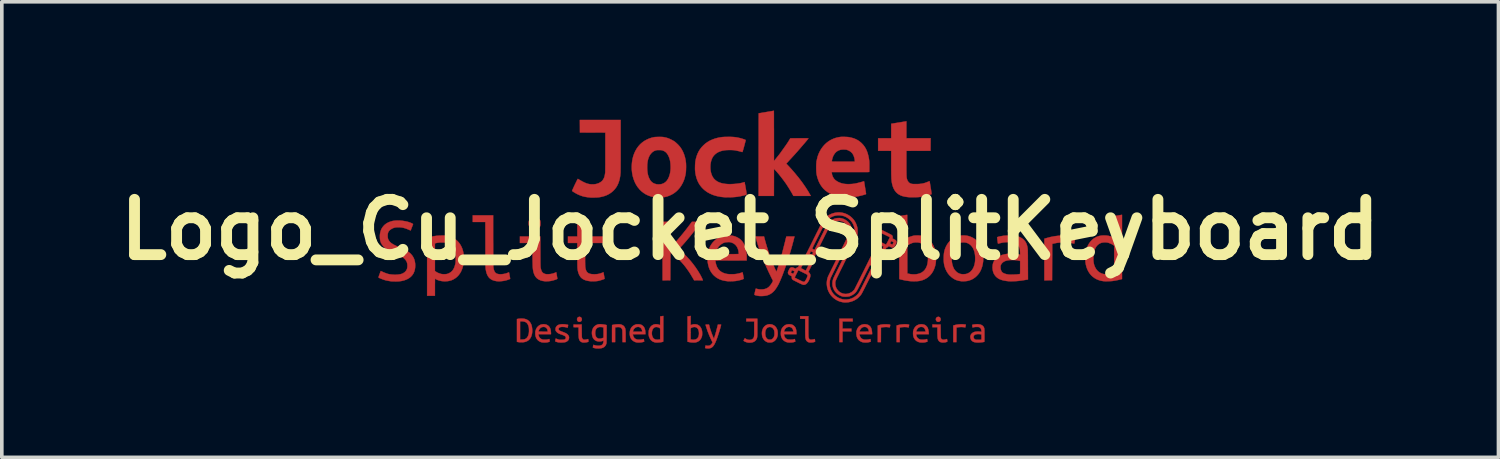
<source format=kicad_pcb>
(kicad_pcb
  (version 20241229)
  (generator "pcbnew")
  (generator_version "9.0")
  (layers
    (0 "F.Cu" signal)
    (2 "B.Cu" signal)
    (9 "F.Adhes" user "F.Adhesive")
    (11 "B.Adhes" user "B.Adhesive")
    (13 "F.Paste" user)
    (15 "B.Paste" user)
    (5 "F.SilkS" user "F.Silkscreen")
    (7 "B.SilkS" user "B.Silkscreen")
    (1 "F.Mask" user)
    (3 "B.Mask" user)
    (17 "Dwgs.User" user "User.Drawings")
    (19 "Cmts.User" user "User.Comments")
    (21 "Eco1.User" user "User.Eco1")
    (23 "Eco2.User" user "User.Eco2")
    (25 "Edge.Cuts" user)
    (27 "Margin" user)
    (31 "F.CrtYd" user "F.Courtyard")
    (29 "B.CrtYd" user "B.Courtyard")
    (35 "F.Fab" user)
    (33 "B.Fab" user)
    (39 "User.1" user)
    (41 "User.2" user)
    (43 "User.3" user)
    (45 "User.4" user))
  (footprint "Logo_Cu_Jocket_SplitKeyboard"
    (layer "F.Cu")
    (at 17.642 3.284)
    (property "Reference" "Logo_Cu_Jocket_SplitKeyboard" (at 0 0 0) (layer "F.SilkS") (effects (font (size 1.524 1.524) (thickness 0.3))))
    (attr through_hole)
    (fp_poly (pts (xy 2.829 2.532) (xy 2.548 2.532) (xy 2.548 2.731) (xy 2.794 2.731) (xy 2.794 2.806) (xy 2.548 2.806) (xy 2.548 3.103) (xy 2.462 3.103) (xy 2.462 2.458) (xy 2.829 2.458) (xy 2.829 2.532)) (stroke (width 0.01) (type solid)) (fill yes) (layer "F.Cu"))
    (fp_poly (pts (xy 5.206 2.407) (xy 5.227 2.416) (xy 5.242 2.431) (xy 5.252 2.451) (xy 5.256 2.475) (xy 5.256 2.477) (xy 5.253 2.499) (xy 5.244 2.517) (xy 5.228 2.533) (xy 5.225 2.535) (xy 5.209 2.542) (xy 5.19 2.544) (xy 5.171 2.542) (xy 5.156 2.536) (xy 5.14 2.522) (xy 5.129 2.504) (xy 5.123 2.482) (xy 5.124 2.459) (xy 5.127 2.449) (xy 5.136 2.431) (xy 5.151 2.418) (xy 5.17 2.409) (xy 5.19 2.405) (xy 5.206 2.407)) (stroke (width 0.01) (type solid)) (fill yes) (layer "F.Cu"))
    (fp_poly (pts (xy -4.693 2.407) (xy -4.675 2.415) (xy -4.66 2.427) (xy -4.649 2.442) (xy -4.646 2.449) (xy -4.643 2.465) (xy -4.643 2.483) (xy -4.646 2.501) (xy -4.652 2.514) (xy -4.653 2.516) (xy -4.669 2.532) (xy -4.687 2.541) (xy -4.709 2.544) (xy -4.726 2.543) (xy -4.738 2.539) (xy -4.744 2.535) (xy -4.76 2.521) (xy -4.77 2.505) (xy -4.774 2.484) (xy -4.774 2.484) (xy -4.774 2.46) (xy -4.767 2.44) (xy -4.755 2.424) (xy -4.754 2.423) (xy -4.734 2.411) (xy -4.713 2.405) (xy -4.693 2.407)) (stroke (width 0.01) (type solid)) (fill yes) (layer "F.Cu"))
    (fp_poly (pts (xy 4.33 2.613) (xy 4.367 2.618) (xy 4.379 2.621) (xy 4.387 2.623) (xy 4.38 2.66) (xy 4.376 2.677) (xy 4.374 2.689) (xy 4.372 2.697) (xy 4.371 2.699) (xy 4.368 2.698) (xy 4.358 2.696) (xy 4.345 2.693) (xy 4.326 2.69) (xy 4.302 2.688) (xy 4.273 2.687) (xy 4.243 2.687) (xy 4.214 2.689) (xy 4.187 2.691) (xy 4.164 2.694) (xy 4.162 2.695) (xy 4.128 2.702) (xy 4.127 2.902) (xy 4.126 3.103) (xy 4.041 3.103) (xy 4.041 2.646) (xy 4.066 2.638) (xy 4.106 2.627) (xy 4.15 2.619) (xy 4.196 2.614) (xy 4.243 2.611) (xy 4.288 2.61) (xy 4.33 2.613)) (stroke (width 0.01) (type solid)) (fill yes) (layer "F.Cu"))
    (fp_poly (pts (xy 5.893 2.613) (xy 5.93 2.618) (xy 5.942 2.621) (xy 5.95 2.623) (xy 5.943 2.66) (xy 5.939 2.677) (xy 5.937 2.689) (xy 5.935 2.697) (xy 5.934 2.699) (xy 5.931 2.698) (xy 5.921 2.696) (xy 5.908 2.693) (xy 5.889 2.69) (xy 5.865 2.688) (xy 5.836 2.687) (xy 5.807 2.687) (xy 5.777 2.689) (xy 5.75 2.691) (xy 5.727 2.694) (xy 5.725 2.695) (xy 5.692 2.702) (xy 5.691 2.902) (xy 5.69 3.103) (xy 5.604 3.103) (xy 5.604 2.646) (xy 5.629 2.638) (xy 5.669 2.627) (xy 5.713 2.619) (xy 5.759 2.614) (xy 5.806 2.611) (xy 5.851 2.61) (xy 5.893 2.613)) (stroke (width 0.01) (type solid)) (fill yes) (layer "F.Cu"))
    (fp_poly (pts (xy 3.776 2.613) (xy 3.807 2.614) (xy 3.831 2.616) (xy 3.849 2.619) (xy 3.859 2.623) (xy 3.864 2.627) (xy 3.864 2.629) (xy 3.863 2.638) (xy 3.861 2.65) (xy 3.858 2.664) (xy 3.855 2.678) (xy 3.851 2.689) (xy 3.849 2.696) (xy 3.848 2.697) (xy 3.843 2.696) (xy 3.832 2.695) (xy 3.819 2.692) (xy 3.817 2.692) (xy 3.795 2.689) (xy 3.768 2.687) (xy 3.738 2.687) (xy 3.707 2.688) (xy 3.678 2.69) (xy 3.653 2.693) (xy 3.64 2.695) (xy 3.609 2.702) (xy 3.608 2.902) (xy 3.607 3.103) (xy 3.521 3.103) (xy 3.521 2.646) (xy 3.553 2.636) (xy 3.581 2.628) (xy 3.606 2.622) (xy 3.63 2.618) (xy 3.655 2.615) (xy 3.682 2.613) (xy 3.715 2.612) (xy 3.738 2.612) (xy 3.776 2.613)) (stroke (width 0.01) (type solid)) (fill yes) (layer "F.Cu"))
    (fp_poly (pts (xy -5.935 -0.347) (xy -5.904 -0.344) (xy -5.877 -0.336) (xy -5.853 -0.322) (xy -5.83 -0.302) (xy -5.823 -0.295) (xy -5.808 -0.277) (xy -5.796 -0.261) (xy -5.789 -0.243) (xy -5.784 -0.223) (xy -5.782 -0.199) (xy -5.782 -0.174) (xy -5.782 -0.145) (xy -5.785 -0.121) (xy -5.79 -0.102) (xy -5.797 -0.085) (xy -5.809 -0.069) (xy -5.825 -0.051) (xy -5.828 -0.048) (xy -5.848 -0.03) (xy -5.868 -0.017) (xy -5.889 -0.008) (xy -5.913 -0.003) (xy -5.94 -0.001) (xy -5.961 -0.001) (xy -5.977 -0.002) (xy -5.99 -0.005) (xy -5.996 -0.007) (xy -6.031 -0.023) (xy -6.06 -0.044) (xy -6.082 -0.07) (xy -6.098 -0.1) (xy -6.108 -0.135) (xy -6.111 -0.174) (xy -6.111 -0.174) (xy -6.109 -0.209) (xy -6.103 -0.238) (xy -6.091 -0.265) (xy -6.074 -0.289) (xy -6.072 -0.291) (xy -6.046 -0.315) (xy -6.018 -0.333) (xy -5.987 -0.343) (xy -5.952 -0.347) (xy -5.935 -0.347)) (stroke (width 0.01) (type solid)) (fill yes) (layer "F.Cu"))
    (fp_poly (pts (xy 8.723 0.163) (xy 8.832 0.171) (xy 8.858 0.174) (xy 8.878 0.177) (xy 8.9 0.18) (xy 8.921 0.184) (xy 8.941 0.187) (xy 8.958 0.191) (xy 8.97 0.193) (xy 8.977 0.195) (xy 8.978 0.196) (xy 8.977 0.2) (xy 8.975 0.21) (xy 8.973 0.226) (xy 8.969 0.245) (xy 8.965 0.267) (xy 8.96 0.29) (xy 8.955 0.313) (xy 8.951 0.335) (xy 8.947 0.355) (xy 8.943 0.37) (xy 8.941 0.381) (xy 8.94 0.385) (xy 8.94 0.385) (xy 8.936 0.385) (xy 8.926 0.383) (xy 8.913 0.38) (xy 8.909 0.379) (xy 8.865 0.369) (xy 8.82 0.361) (xy 8.772 0.356) (xy 8.72 0.353) (xy 8.662 0.352) (xy 8.627 0.353) (xy 8.579 0.354) (xy 8.536 0.357) (xy 8.497 0.361) (xy 8.458 0.366) (xy 8.418 0.374) (xy 8.38 0.382) (xy 8.333 0.393) (xy 8.331 0.895) (xy 8.329 1.397) (xy 8.223 1.398) (xy 8.116 1.399) (xy 8.116 0.251) (xy 8.17 0.235) (xy 8.282 0.205) (xy 8.394 0.183) (xy 8.504 0.169) (xy 8.614 0.162) (xy 8.723 0.163)) (stroke (width 0.01) (type solid)) (fill yes) (layer "F.Cu"))
    (fp_poly (pts (xy 5.254 2.62) (xy 5.256 2.802) (xy 5.256 2.846) (xy 5.257 2.883) (xy 5.257 2.914) (xy 5.258 2.939) (xy 5.259 2.959) (xy 5.26 2.975) (xy 5.262 2.987) (xy 5.264 2.996) (xy 5.267 3.003) (xy 5.27 3.009) (xy 5.274 3.014) (xy 5.279 3.018) (xy 5.28 3.019) (xy 5.297 3.03) (xy 5.319 3.036) (xy 5.346 3.036) (xy 5.379 3.031) (xy 5.417 3.02) (xy 5.424 3.018) (xy 5.427 3.019) (xy 5.43 3.023) (xy 5.433 3.033) (xy 5.435 3.047) (xy 5.438 3.065) (xy 5.439 3.078) (xy 5.439 3.085) (xy 5.437 3.09) (xy 5.432 3.093) (xy 5.429 3.094) (xy 5.403 3.104) (xy 5.372 3.11) (xy 5.34 3.113) (xy 5.308 3.114) (xy 5.279 3.11) (xy 5.26 3.106) (xy 5.236 3.096) (xy 5.218 3.084) (xy 5.203 3.067) (xy 5.198 3.06) (xy 5.191 3.047) (xy 5.184 3.034) (xy 5.179 3.019) (xy 5.175 3.001) (xy 5.172 2.98) (xy 5.17 2.955) (xy 5.168 2.925) (xy 5.167 2.889) (xy 5.166 2.847) (xy 5.166 2.809) (xy 5.166 2.692) (xy 5.029 2.692) (xy 5.029 2.618) (xy 5.254 2.62)) (stroke (width 0.01) (type solid)) (fill yes) (layer "F.Cu"))
    (fp_poly (pts (xy -4.645 2.793) (xy -4.645 2.836) (xy -4.644 2.871) (xy -4.644 2.901) (xy -4.643 2.925) (xy -4.643 2.943) (xy -4.642 2.958) (xy -4.641 2.969) (xy -4.64 2.978) (xy -4.638 2.984) (xy -4.637 2.988) (xy -4.627 3.008) (xy -4.613 3.024) (xy -4.598 3.032) (xy -4.582 3.036) (xy -4.56 3.036) (xy -4.536 3.034) (xy -4.512 3.029) (xy -4.503 3.027) (xy -4.489 3.022) (xy -4.477 3.02) (xy -4.471 3.019) (xy -4.47 3.02) (xy -4.468 3.025) (xy -4.466 3.035) (xy -4.464 3.048) (xy -4.461 3.062) (xy -4.459 3.075) (xy -4.459 3.084) (xy -4.459 3.084) (xy -4.462 3.09) (xy -4.473 3.096) (xy -4.488 3.102) (xy -4.508 3.106) (xy -4.53 3.11) (xy -4.553 3.112) (xy -4.577 3.114) (xy -4.6 3.114) (xy -4.62 3.112) (xy -4.629 3.11) (xy -4.651 3.102) (xy -4.673 3.089) (xy -4.692 3.073) (xy -4.7 3.062) (xy -4.708 3.05) (xy -4.714 3.036) (xy -4.719 3.021) (xy -4.723 3.004) (xy -4.726 2.983) (xy -4.729 2.958) (xy -4.73 2.929) (xy -4.732 2.893) (xy -4.732 2.851) (xy -4.732 2.815) (xy -4.732 2.693) (xy -4.802 2.692) (xy -4.871 2.69) (xy -4.871 2.62) (xy -4.759 2.619) (xy -4.647 2.618) (xy -4.645 2.793)) (stroke (width 0.01) (type solid)) (fill yes) (layer "F.Cu"))
    (fp_poly (pts (xy 1.606 2.66) (xy 1.606 2.706) (xy 1.606 2.751) (xy 1.607 2.793) (xy 1.607 2.833) (xy 1.607 2.868) (xy 1.608 2.899) (xy 1.608 2.925) (xy 1.609 2.944) (xy 1.61 2.957) (xy 1.61 2.961) (xy 1.616 2.989) (xy 1.626 3.011) (xy 1.64 3.026) (xy 1.645 3.029) (xy 1.653 3.033) (xy 1.662 3.035) (xy 1.673 3.036) (xy 1.69 3.035) (xy 1.696 3.035) (xy 1.724 3.032) (xy 1.749 3.027) (xy 1.756 3.025) (xy 1.768 3.021) (xy 1.778 3.019) (xy 1.781 3.019) (xy 1.783 3.023) (xy 1.785 3.033) (xy 1.788 3.046) (xy 1.79 3.06) (xy 1.792 3.073) (xy 1.793 3.082) (xy 1.793 3.084) (xy 1.79 3.09) (xy 1.78 3.096) (xy 1.765 3.101) (xy 1.745 3.106) (xy 1.723 3.11) (xy 1.7 3.113) (xy 1.676 3.114) (xy 1.654 3.114) (xy 1.634 3.112) (xy 1.622 3.109) (xy 1.593 3.098) (xy 1.57 3.082) (xy 1.551 3.06) (xy 1.537 3.033) (xy 1.528 2.999) (xy 1.524 2.977) (xy 1.523 2.966) (xy 1.523 2.948) (xy 1.522 2.924) (xy 1.521 2.893) (xy 1.521 2.857) (xy 1.52 2.816) (xy 1.52 2.771) (xy 1.52 2.723) (xy 1.52 2.703) (xy 1.52 2.462) (xy 1.451 2.461) (xy 1.381 2.46) (xy 1.38 2.424) (xy 1.379 2.388) (xy 1.606 2.388) (xy 1.606 2.66)) (stroke (width 0.01) (type solid)) (fill yes) (layer "F.Cu"))
    (fp_poly (pts (xy -3.6 2.611) (xy -3.582 2.613) (xy -3.577 2.614) (xy -3.54 2.625) (xy -3.508 2.641) (xy -3.483 2.662) (xy -3.463 2.689) (xy -3.458 2.698) (xy -3.453 2.709) (xy -3.449 2.72) (xy -3.445 2.731) (xy -3.442 2.744) (xy -3.44 2.758) (xy -3.438 2.775) (xy -3.437 2.796) (xy -3.436 2.822) (xy -3.435 2.852) (xy -3.435 2.889) (xy -3.435 2.933) (xy -3.435 2.94) (xy -3.435 3.103) (xy -3.52 3.103) (xy -3.522 2.94) (xy -3.522 2.898) (xy -3.523 2.864) (xy -3.523 2.836) (xy -3.524 2.814) (xy -3.524 2.796) (xy -3.525 2.783) (xy -3.526 2.772) (xy -3.528 2.765) (xy -3.529 2.759) (xy -3.53 2.757) (xy -3.54 2.733) (xy -3.555 2.714) (xy -3.574 2.7) (xy -3.597 2.691) (xy -3.626 2.688) (xy -3.66 2.688) (xy -3.669 2.689) (xy -3.687 2.691) (xy -3.702 2.692) (xy -3.712 2.694) (xy -3.715 2.694) (xy -3.724 2.696) (xy -3.724 3.103) (xy -3.81 3.103) (xy -3.81 2.868) (xy -3.81 2.826) (xy -3.81 2.787) (xy -3.81 2.75) (xy -3.809 2.717) (xy -3.809 2.689) (xy -3.808 2.665) (xy -3.808 2.647) (xy -3.807 2.636) (xy -3.807 2.632) (xy -3.802 2.631) (xy -3.791 2.628) (xy -3.775 2.625) (xy -3.759 2.622) (xy -3.735 2.618) (xy -3.708 2.615) (xy -3.679 2.613) (xy -3.65 2.611) (xy -3.624 2.611) (xy -3.6 2.611)) (stroke (width 0.01) (type solid)) (fill yes) (layer "F.Cu"))
    (fp_poly (pts (xy -6.276 2.454) (xy -6.264 2.455) (xy -6.216 2.462) (xy -6.174 2.475) (xy -6.135 2.495) (xy -6.102 2.521) (xy -6.09 2.533) (xy -6.065 2.565) (xy -6.045 2.6) (xy -6.029 2.639) (xy -6.019 2.684) (xy -6.013 2.734) (xy -6.011 2.759) (xy -6.011 2.811) (xy -6.015 2.858) (xy -6.024 2.901) (xy -6.037 2.942) (xy -6.045 2.961) (xy -6.067 3) (xy -6.093 3.032) (xy -6.124 3.059) (xy -6.16 3.08) (xy -6.201 3.095) (xy -6.213 3.098) (xy -6.238 3.103) (xy -6.269 3.107) (xy -6.301 3.108) (xy -6.332 3.108) (xy -6.355 3.107) (xy -6.374 3.104) (xy -6.394 3.102) (xy -6.409 3.099) (xy -6.432 3.094) (xy -6.432 2.528) (xy -6.346 2.528) (xy -6.346 3.033) (xy -6.29 3.032) (xy -6.266 3.031) (xy -6.248 3.029) (xy -6.234 3.027) (xy -6.222 3.024) (xy -6.212 3.021) (xy -6.184 3.006) (xy -6.159 2.984) (xy -6.138 2.956) (xy -6.122 2.923) (xy -6.11 2.884) (xy -6.107 2.875) (xy -6.103 2.845) (xy -6.1 2.811) (xy -6.1 2.774) (xy -6.101 2.738) (xy -6.104 2.705) (xy -6.107 2.686) (xy -6.119 2.645) (xy -6.134 2.611) (xy -6.154 2.583) (xy -6.179 2.56) (xy -6.209 2.544) (xy -6.244 2.534) (xy -6.285 2.529) (xy -6.304 2.528) (xy -6.346 2.528) (xy -6.432 2.528) (xy -6.432 2.467) (xy -6.408 2.462) (xy -6.378 2.457) (xy -6.344 2.455) (xy -6.309 2.453) (xy -6.276 2.454)) (stroke (width 0.01) (type solid)) (fill yes) (layer "F.Cu"))
    (fp_poly (pts (xy 0.199 2.698) (xy 0.199 2.751) (xy 0.199 2.797) (xy 0.199 2.836) (xy 0.199 2.869) (xy 0.198 2.897) (xy 0.197 2.921) (xy 0.196 2.941) (xy 0.194 2.957) (xy 0.192 2.971) (xy 0.19 2.982) (xy 0.187 2.993) (xy 0.184 3.002) (xy 0.179 3.012) (xy 0.174 3.022) (xy 0.174 3.023) (xy 0.156 3.051) (xy 0.134 3.074) (xy 0.106 3.092) (xy 0.099 3.096) (xy 0.067 3.107) (xy 0.031 3.114) (xy -0.007 3.118) (xy -0.047 3.116) (xy -0.072 3.113) (xy -0.09 3.108) (xy -0.11 3.102) (xy -0.129 3.095) (xy -0.147 3.087) (xy -0.163 3.078) (xy -0.174 3.071) (xy -0.179 3.065) (xy -0.18 3.063) (xy -0.178 3.058) (xy -0.174 3.048) (xy -0.168 3.036) (xy -0.161 3.023) (xy -0.155 3.011) (xy -0.149 3.002) (xy -0.146 2.997) (xy -0.146 2.997) (xy -0.142 2.999) (xy -0.133 3.004) (xy -0.121 3.011) (xy -0.1 3.023) (xy -0.083 3.031) (xy -0.065 3.036) (xy -0.045 3.04) (xy -0.044 3.04) (xy -0.011 3.042) (xy 0.02 3.038) (xy 0.048 3.029) (xy 0.071 3.015) (xy 0.088 2.997) (xy 0.089 2.996) (xy 0.094 2.988) (xy 0.098 2.98) (xy 0.102 2.971) (xy 0.105 2.961) (xy 0.107 2.949) (xy 0.109 2.935) (xy 0.111 2.917) (xy 0.112 2.894) (xy 0.113 2.867) (xy 0.113 2.835) (xy 0.113 2.797) (xy 0.113 2.751) (xy 0.113 2.728) (xy 0.113 2.532) (xy -0.106 2.532) (xy -0.106 2.458) (xy 0.199 2.458) (xy 0.199 2.698)) (stroke (width 0.01) (type solid)) (fill yes) (layer "F.Cu"))
    (fp_poly (pts (xy -2.199 0.142) (xy -2.198 0.499) (xy -2.143 0.44) (xy -2.083 0.375) (xy -2.02 0.304) (xy -1.955 0.229) (xy -1.889 0.15) (xy -1.823 0.069) (xy -1.758 -0.013) (xy -1.695 -0.096) (xy -1.674 -0.124) (xy -1.606 -0.215) (xy -1.483 -0.215) (xy -1.453 -0.215) (xy -1.425 -0.215) (xy -1.401 -0.214) (xy -1.382 -0.214) (xy -1.368 -0.214) (xy -1.361 -0.213) (xy -1.36 -0.213) (xy -1.362 -0.209) (xy -1.368 -0.2) (xy -1.377 -0.186) (xy -1.389 -0.169) (xy -1.403 -0.15) (xy -1.418 -0.128) (xy -1.433 -0.107) (xy -1.448 -0.085) (xy -1.459 -0.071) (xy -1.503 -0.011) (xy -1.553 0.054) (xy -1.605 0.12) (xy -1.66 0.188) (xy -1.717 0.256) (xy -1.773 0.323) (xy -1.829 0.387) (xy -1.883 0.447) (xy -1.934 0.501) (xy -1.936 0.504) (xy -1.967 0.536) (xy -1.954 0.548) (xy -1.851 0.642) (xy -1.755 0.738) (xy -1.664 0.838) (xy -1.58 0.94) (xy -1.503 1.044) (xy -1.433 1.149) (xy -1.385 1.23) (xy -1.373 1.25) (xy -1.361 1.273) (xy -1.349 1.297) (xy -1.337 1.321) (xy -1.326 1.343) (xy -1.317 1.362) (xy -1.311 1.378) (xy -1.307 1.388) (xy -1.307 1.389) (xy -1.304 1.399) (xy -1.545 1.397) (xy -1.558 1.374) (xy -1.604 1.296) (xy -1.647 1.224) (xy -1.69 1.158) (xy -1.733 1.097) (xy -1.775 1.039) (xy -1.819 0.983) (xy -1.847 0.95) (xy -1.891 0.9) (xy -1.938 0.851) (xy -1.986 0.803) (xy -2.035 0.757) (xy -2.084 0.715) (xy -2.13 0.678) (xy -2.169 0.649) (xy -2.198 0.629) (xy -2.2 1.013) (xy -2.202 1.397) (xy -2.415 1.399) (xy -2.415 -0.215) (xy -2.2 -0.215) (xy -2.199 0.142)) (stroke (width 0.01) (type solid)) (fill yes) (layer "F.Cu"))
    (fp_poly (pts (xy 0.584 2.613) (xy 0.622 2.624) (xy 0.656 2.641) (xy 0.687 2.664) (xy 0.713 2.694) (xy 0.734 2.728) (xy 0.75 2.768) (xy 0.752 2.776) (xy 0.757 2.8) (xy 0.76 2.829) (xy 0.761 2.859) (xy 0.761 2.89) (xy 0.758 2.917) (xy 0.756 2.927) (xy 0.745 2.969) (xy 0.727 3.006) (xy 0.705 3.039) (xy 0.678 3.067) (xy 0.647 3.089) (xy 0.612 3.105) (xy 0.6 3.108) (xy 0.576 3.112) (xy 0.549 3.114) (xy 0.52 3.113) (xy 0.494 3.11) (xy 0.482 3.107) (xy 0.448 3.093) (xy 0.417 3.073) (xy 0.389 3.047) (xy 0.365 3.016) (xy 0.347 2.981) (xy 0.334 2.944) (xy 0.329 2.916) (xy 0.326 2.883) (xy 0.326 2.879) (xy 0.415 2.879) (xy 0.415 2.881) (xy 0.421 2.921) (xy 0.431 2.956) (xy 0.446 2.985) (xy 0.465 3.008) (xy 0.489 3.025) (xy 0.503 3.031) (xy 0.52 3.035) (xy 0.541 3.036) (xy 0.563 3.034) (xy 0.583 3.03) (xy 0.597 3.025) (xy 0.621 3.008) (xy 0.642 2.985) (xy 0.657 2.955) (xy 0.667 2.924) (xy 0.67 2.902) (xy 0.672 2.876) (xy 0.671 2.848) (xy 0.669 2.82) (xy 0.666 2.795) (xy 0.661 2.776) (xy 0.646 2.746) (xy 0.627 2.721) (xy 0.604 2.703) (xy 0.577 2.691) (xy 0.567 2.688) (xy 0.537 2.685) (xy 0.509 2.69) (xy 0.485 2.701) (xy 0.463 2.718) (xy 0.445 2.74) (xy 0.431 2.768) (xy 0.421 2.801) (xy 0.415 2.838) (xy 0.415 2.879) (xy 0.326 2.879) (xy 0.325 2.848) (xy 0.328 2.815) (xy 0.33 2.802) (xy 0.341 2.759) (xy 0.357 2.721) (xy 0.379 2.688) (xy 0.406 2.66) (xy 0.436 2.638) (xy 0.471 2.621) (xy 0.509 2.612) (xy 0.543 2.609) (xy 0.584 2.613)) (stroke (width 0.01) (type solid)) (fill yes) (layer "F.Cu"))
    (fp_poly (pts (xy 1.113 2.612) (xy 1.146 2.618) (xy 1.174 2.63) (xy 1.2 2.647) (xy 1.216 2.662) (xy 1.237 2.686) (xy 1.253 2.713) (xy 1.264 2.744) (xy 1.272 2.781) (xy 1.276 2.823) (xy 1.277 2.832) (xy 1.279 2.884) (xy 0.933 2.884) (xy 0.936 2.904) (xy 0.943 2.937) (xy 0.956 2.966) (xy 0.974 2.991) (xy 0.996 3.009) (xy 1.011 3.018) (xy 1.027 3.025) (xy 1.045 3.03) (xy 1.066 3.033) (xy 1.092 3.034) (xy 1.116 3.034) (xy 1.14 3.034) (xy 1.159 3.033) (xy 1.173 3.032) (xy 1.186 3.03) (xy 1.198 3.027) (xy 1.203 3.025) (xy 1.217 3.021) (xy 1.227 3.018) (xy 1.233 3.018) (xy 1.233 3.018) (xy 1.234 3.022) (xy 1.236 3.032) (xy 1.239 3.046) (xy 1.24 3.053) (xy 1.246 3.088) (xy 1.231 3.094) (xy 1.207 3.102) (xy 1.177 3.108) (xy 1.144 3.112) (xy 1.109 3.114) (xy 1.075 3.114) (xy 1.043 3.111) (xy 1.026 3.108) (xy 0.987 3.096) (xy 0.951 3.077) (xy 0.919 3.053) (xy 0.914 3.048) (xy 0.89 3.02) (xy 0.872 2.989) (xy 0.858 2.955) (xy 0.85 2.917) (xy 0.847 2.873) (xy 0.847 2.864) (xy 0.849 2.819) (xy 0.85 2.814) (xy 0.935 2.814) (xy 1.192 2.814) (xy 1.19 2.805) (xy 1.189 2.795) (xy 1.187 2.783) (xy 1.186 2.779) (xy 1.179 2.752) (xy 1.165 2.728) (xy 1.147 2.709) (xy 1.125 2.695) (xy 1.099 2.686) (xy 1.072 2.683) (xy 1.043 2.686) (xy 1.014 2.696) (xy 1.013 2.697) (xy 0.991 2.712) (xy 0.97 2.733) (xy 0.953 2.758) (xy 0.941 2.786) (xy 0.938 2.797) (xy 0.935 2.814) (xy 0.85 2.814) (xy 0.856 2.778) (xy 0.868 2.742) (xy 0.886 2.71) (xy 0.91 2.681) (xy 0.916 2.675) (xy 0.946 2.648) (xy 0.978 2.629) (xy 1.012 2.617) (xy 1.05 2.611) (xy 1.075 2.61) (xy 1.113 2.612)) (stroke (width 0.01) (type solid)) (fill yes) (layer "F.Cu"))
    (fp_poly (pts (xy -5.786 0.601) (xy -5.786 0.668) (xy -5.786 0.727) (xy -5.785 0.78) (xy -5.785 0.827) (xy -5.785 0.867) (xy -5.785 0.902) (xy -5.784 0.932) (xy -5.784 0.958) (xy -5.783 0.979) (xy -5.783 0.997) (xy -5.782 1.012) (xy -5.781 1.024) (xy -5.781 1.034) (xy -5.78 1.043) (xy -5.779 1.05) (xy -5.778 1.053) (xy -5.769 1.095) (xy -5.758 1.13) (xy -5.744 1.159) (xy -5.727 1.182) (xy -5.705 1.2) (xy -5.679 1.214) (xy -5.648 1.224) (xy -5.644 1.226) (xy -5.629 1.228) (xy -5.613 1.23) (xy -5.593 1.23) (xy -5.567 1.23) (xy -5.565 1.23) (xy -5.506 1.225) (xy -5.451 1.214) (xy -5.399 1.197) (xy -5.376 1.187) (xy -5.363 1.181) (xy -5.353 1.178) (xy -5.349 1.177) (xy -5.348 1.177) (xy -5.347 1.181) (xy -5.345 1.191) (xy -5.343 1.207) (xy -5.339 1.226) (xy -5.335 1.248) (xy -5.332 1.27) (xy -5.328 1.293) (xy -5.324 1.314) (xy -5.322 1.332) (xy -5.319 1.345) (xy -5.318 1.353) (xy -5.318 1.354) (xy -5.322 1.359) (xy -5.332 1.365) (xy -5.348 1.373) (xy -5.369 1.38) (xy -5.393 1.388) (xy -5.42 1.396) (xy -5.448 1.404) (xy -5.476 1.41) (xy -5.496 1.415) (xy -5.525 1.419) (xy -5.558 1.422) (xy -5.593 1.424) (xy -5.627 1.425) (xy -5.659 1.424) (xy -5.678 1.422) (xy -5.734 1.413) (xy -5.784 1.398) (xy -5.828 1.378) (xy -5.867 1.353) (xy -5.9 1.323) (xy -5.928 1.286) (xy -5.951 1.244) (xy -5.969 1.196) (xy -5.975 1.176) (xy -5.979 1.158) (xy -5.983 1.139) (xy -5.987 1.119) (xy -5.99 1.097) (xy -5.993 1.073) (xy -5.995 1.046) (xy -5.997 1.016) (xy -5.998 0.982) (xy -5.999 0.943) (xy -6 0.9) (xy -6.001 0.851) (xy -6.002 0.796) (xy -6.002 0.735) (xy -6.002 0.666) (xy -6.002 0.64) (xy -6.002 0.367) (xy -6.35 0.367) (xy -6.35 0.188) (xy -5.788 0.188) (xy -5.786 0.601)) (stroke (width 0.01) (type solid)) (fill yes) (layer "F.Cu"))
    (fp_poly (pts (xy -0.813 2.619) (xy -0.806 2.62) (xy -0.802 2.621) (xy -0.801 2.624) (xy -0.801 2.625) (xy -0.802 2.634) (xy -0.806 2.648) (xy -0.811 2.669) (xy -0.817 2.694) (xy -0.826 2.723) (xy -0.835 2.754) (xy -0.845 2.787) (xy -0.855 2.822) (xy -0.866 2.856) (xy -0.877 2.889) (xy -0.887 2.92) (xy -0.889 2.926) (xy -0.909 2.985) (xy -0.929 3.038) (xy -0.947 3.084) (xy -0.965 3.124) (xy -0.982 3.158) (xy -0.999 3.186) (xy -1.016 3.21) (xy -1.033 3.23) (xy -1.051 3.245) (xy -1.07 3.257) (xy -1.09 3.266) (xy -1.093 3.268) (xy -1.114 3.273) (xy -1.14 3.276) (xy -1.168 3.277) (xy -1.194 3.276) (xy -1.217 3.273) (xy -1.229 3.269) (xy -1.238 3.267) (xy -1.242 3.265) (xy -1.242 3.262) (xy -1.24 3.254) (xy -1.237 3.239) (xy -1.233 3.218) (xy -1.229 3.201) (xy -1.226 3.195) (xy -1.222 3.195) (xy -1.218 3.197) (xy -1.207 3.201) (xy -1.19 3.203) (xy -1.17 3.204) (xy -1.15 3.203) (xy -1.132 3.201) (xy -1.124 3.199) (xy -1.101 3.189) (xy -1.08 3.172) (xy -1.061 3.151) (xy -1.048 3.132) (xy -1.037 3.11) (xy -1.067 3.049) (xy -1.124 2.926) (xy -1.173 2.801) (xy -1.215 2.674) (xy -1.217 2.668) (xy -1.223 2.647) (xy -1.226 2.633) (xy -1.227 2.624) (xy -1.226 2.62) (xy -1.225 2.62) (xy -1.22 2.619) (xy -1.208 2.619) (xy -1.192 2.619) (xy -1.178 2.619) (xy -1.135 2.62) (xy -1.121 2.673) (xy -1.111 2.711) (xy -1.098 2.753) (xy -1.083 2.797) (xy -1.068 2.842) (xy -1.052 2.885) (xy -1.036 2.925) (xy -1.022 2.959) (xy -1.015 2.974) (xy -0.998 3.01) (xy -0.976 2.94) (xy -0.967 2.911) (xy -0.958 2.882) (xy -0.949 2.85) (xy -0.939 2.815) (xy -0.929 2.775) (xy -0.917 2.731) (xy -0.904 2.679) (xy -0.904 2.679) (xy -0.889 2.62) (xy -0.845 2.619) (xy -0.826 2.619) (xy -0.813 2.619)) (stroke (width 0.01) (type solid)) (fill yes) (layer "F.Cu"))
    (fp_poly (pts (xy -7.089 0.29) (xy -7.088 0.385) (xy -7.088 0.474) (xy -7.088 0.557) (xy -7.088 0.634) (xy -7.088 0.704) (xy -7.088 0.768) (xy -7.087 0.825) (xy -7.087 0.875) (xy -7.087 0.918) (xy -7.086 0.954) (xy -7.086 0.983) (xy -7.085 1.004) (xy -7.085 1.017) (xy -7.084 1.021) (xy -7.078 1.069) (xy -7.069 1.111) (xy -7.055 1.145) (xy -7.039 1.174) (xy -7.018 1.196) (xy -6.995 1.211) (xy -6.968 1.221) (xy -6.936 1.228) (xy -6.9 1.231) (xy -6.86 1.23) (xy -6.819 1.226) (xy -6.777 1.219) (xy -6.736 1.209) (xy -6.697 1.195) (xy -6.679 1.188) (xy -6.666 1.182) (xy -6.656 1.179) (xy -6.652 1.178) (xy -6.652 1.178) (xy -6.651 1.182) (xy -6.649 1.192) (xy -6.646 1.208) (xy -6.642 1.227) (xy -6.638 1.249) (xy -6.634 1.271) (xy -6.63 1.294) (xy -6.626 1.315) (xy -6.623 1.333) (xy -6.621 1.347) (xy -6.62 1.355) (xy -6.62 1.356) (xy -6.623 1.359) (xy -6.632 1.364) (xy -6.645 1.37) (xy -6.652 1.373) (xy -6.697 1.389) (xy -6.748 1.403) (xy -6.801 1.414) (xy -6.856 1.421) (xy -6.909 1.425) (xy -6.959 1.424) (xy -6.985 1.422) (xy -7.004 1.42) (xy -7.026 1.415) (xy -7.048 1.411) (xy -7.054 1.409) (xy -7.099 1.395) (xy -7.139 1.375) (xy -7.174 1.351) (xy -7.205 1.321) (xy -7.231 1.285) (xy -7.253 1.244) (xy -7.271 1.196) (xy -7.285 1.141) (xy -7.294 1.09) (xy -7.295 1.084) (xy -7.296 1.077) (xy -7.297 1.068) (xy -7.297 1.058) (xy -7.298 1.046) (xy -7.299 1.032) (xy -7.299 1.016) (xy -7.3 0.996) (xy -7.3 0.973) (xy -7.3 0.946) (xy -7.301 0.915) (xy -7.301 0.879) (xy -7.301 0.838) (xy -7.301 0.792) (xy -7.302 0.741) (xy -7.302 0.683) (xy -7.302 0.619) (xy -7.302 0.548) (xy -7.302 0.47) (xy -7.302 0.417) (xy -7.304 -0.211) (xy -7.651 -0.211) (xy -7.651 -0.395) (xy -7.089 -0.395) (xy -7.089 0.29)) (stroke (width 0.01) (type solid)) (fill yes) (layer "F.Cu"))
    (fp_poly (pts (xy -3.054 2.612) (xy -3.021 2.619) (xy -2.993 2.63) (xy -2.968 2.647) (xy -2.947 2.667) (xy -2.928 2.691) (xy -2.913 2.718) (xy -2.902 2.751) (xy -2.894 2.789) (xy -2.89 2.833) (xy -2.889 2.839) (xy -2.887 2.884) (xy -3.061 2.884) (xy -3.097 2.884) (xy -3.131 2.884) (xy -3.161 2.884) (xy -3.187 2.885) (xy -3.208 2.885) (xy -3.224 2.886) (xy -3.233 2.886) (xy -3.236 2.887) (xy -3.235 2.892) (xy -3.233 2.902) (xy -3.23 2.916) (xy -3.219 2.95) (xy -3.203 2.978) (xy -3.182 3.001) (xy -3.155 3.018) (xy -3.122 3.03) (xy -3.111 3.033) (xy -3.091 3.035) (xy -3.065 3.036) (xy -3.037 3.035) (xy -3.009 3.033) (xy -2.983 3.029) (xy -2.964 3.025) (xy -2.95 3.022) (xy -2.94 3.019) (xy -2.935 3.019) (xy -2.934 3.019) (xy -2.933 3.023) (xy -2.931 3.033) (xy -2.929 3.041) (xy -2.927 3.056) (xy -2.925 3.071) (xy -2.925 3.076) (xy -2.922 3.09) (xy -2.943 3.096) (xy -2.978 3.105) (xy -3.016 3.111) (xy -3.056 3.114) (xy -3.094 3.114) (xy -3.129 3.111) (xy -3.142 3.108) (xy -3.176 3.098) (xy -3.21 3.081) (xy -3.24 3.06) (xy -3.254 3.047) (xy -3.28 3.016) (xy -3.3 2.981) (xy -3.313 2.94) (xy -3.32 2.895) (xy -3.322 2.86) (xy -3.318 2.814) (xy -3.233 2.814) (xy -2.977 2.814) (xy -2.979 2.791) (xy -2.986 2.761) (xy -2.999 2.735) (xy -3.017 2.712) (xy -3.039 2.696) (xy -3.048 2.691) (xy -3.072 2.684) (xy -3.098 2.683) (xy -3.126 2.687) (xy -3.149 2.694) (xy -3.174 2.71) (xy -3.197 2.731) (xy -3.215 2.757) (xy -3.227 2.786) (xy -3.23 2.799) (xy -3.233 2.814) (xy -3.318 2.814) (xy -3.318 2.813) (xy -3.309 2.77) (xy -3.293 2.731) (xy -3.272 2.696) (xy -3.245 2.667) (xy -3.213 2.643) (xy -3.175 2.624) (xy -3.166 2.621) (xy -3.149 2.616) (xy -3.135 2.612) (xy -3.12 2.61) (xy -3.102 2.61) (xy -3.091 2.61) (xy -3.054 2.612)) (stroke (width 0.01) (type solid)) (fill yes) (layer "F.Cu"))
    (fp_poly (pts (xy -1.641 2.507) (xy -1.641 2.538) (xy -1.641 2.566) (xy -1.641 2.59) (xy -1.641 2.61) (xy -1.64 2.624) (xy -1.64 2.632) (xy -1.639 2.634) (xy -1.635 2.633) (xy -1.625 2.629) (xy -1.611 2.625) (xy -1.601 2.622) (xy -1.581 2.615) (xy -1.565 2.612) (xy -1.548 2.61) (xy -1.528 2.61) (xy -1.488 2.613) (xy -1.451 2.623) (xy -1.419 2.64) (xy -1.391 2.663) (xy -1.367 2.693) (xy -1.347 2.729) (xy -1.332 2.771) (xy -1.332 2.773) (xy -1.327 2.796) (xy -1.324 2.823) (xy -1.323 2.853) (xy -1.323 2.883) (xy -1.325 2.911) (xy -1.328 2.935) (xy -1.33 2.942) (xy -1.345 2.984) (xy -1.365 3.021) (xy -1.391 3.052) (xy -1.421 3.077) (xy -1.456 3.096) (xy -1.493 3.108) (xy -1.514 3.112) (xy -1.541 3.114) (xy -1.571 3.114) (xy -1.602 3.113) (xy -1.632 3.11) (xy -1.655 3.107) (xy -1.674 3.103) (xy -1.691 3.1) (xy -1.706 3.097) (xy -1.711 3.095) (xy -1.727 3.091) (xy -1.727 2.805) (xy -1.641 2.805) (xy -1.641 2.837) (xy -1.641 2.876) (xy -1.641 3.028) (xy -1.621 3.032) (xy -1.599 3.036) (xy -1.577 3.038) (xy -1.559 3.038) (xy -1.555 3.038) (xy -1.545 3.036) (xy -1.532 3.035) (xy -1.528 3.034) (xy -1.499 3.027) (xy -1.473 3.013) (xy -1.451 2.993) (xy -1.433 2.968) (xy -1.432 2.965) (xy -1.421 2.937) (xy -1.414 2.905) (xy -1.411 2.871) (xy -1.412 2.836) (xy -1.416 2.802) (xy -1.425 2.771) (xy -1.437 2.744) (xy -1.446 2.729) (xy -1.467 2.709) (xy -1.492 2.695) (xy -1.519 2.687) (xy -1.549 2.686) (xy -1.58 2.692) (xy -1.607 2.703) (xy -1.616 2.707) (xy -1.623 2.71) (xy -1.628 2.714) (xy -1.633 2.718) (xy -1.636 2.724) (xy -1.638 2.732) (xy -1.64 2.744) (xy -1.641 2.759) (xy -1.641 2.78) (xy -1.641 2.805) (xy -1.727 2.805) (xy -1.727 2.396) (xy -1.714 2.393) (xy -1.704 2.392) (xy -1.69 2.389) (xy -1.673 2.386) (xy -1.672 2.386) (xy -1.641 2.381) (xy -1.641 2.507)) (stroke (width 0.01) (type solid)) (fill yes) (layer "F.Cu"))
    (fp_poly (pts (xy -5.657 2.612) (xy -5.62 2.621) (xy -5.589 2.636) (xy -5.561 2.657) (xy -5.554 2.664) (xy -5.535 2.687) (xy -5.52 2.714) (xy -5.508 2.745) (xy -5.501 2.781) (xy -5.496 2.823) (xy -5.495 2.834) (xy -5.493 2.884) (xy -5.839 2.884) (xy -5.837 2.905) (xy -5.829 2.939) (xy -5.815 2.969) (xy -5.795 2.994) (xy -5.769 3.013) (xy -5.745 3.025) (xy -5.735 3.029) (xy -5.726 3.031) (xy -5.715 3.033) (xy -5.701 3.034) (xy -5.683 3.034) (xy -5.662 3.034) (xy -5.639 3.034) (xy -5.621 3.034) (xy -5.606 3.033) (xy -5.592 3.03) (xy -5.577 3.027) (xy -5.559 3.022) (xy -5.547 3.018) (xy -5.542 3.018) (xy -5.539 3.02) (xy -5.537 3.026) (xy -5.535 3.038) (xy -5.534 3.046) (xy -5.531 3.065) (xy -5.53 3.078) (xy -5.531 3.086) (xy -5.535 3.091) (xy -5.542 3.094) (xy -5.554 3.098) (xy -5.556 3.099) (xy -5.574 3.104) (xy -5.594 3.108) (xy -5.608 3.11) (xy -5.629 3.113) (xy -5.654 3.114) (xy -5.682 3.114) (xy -5.708 3.113) (xy -5.732 3.111) (xy -5.748 3.108) (xy -5.785 3.097) (xy -5.819 3.079) (xy -5.85 3.056) (xy -5.876 3.028) (xy -5.897 2.997) (xy -5.898 2.995) (xy -5.914 2.954) (xy -5.924 2.91) (xy -5.927 2.865) (xy -5.924 2.819) (xy -5.922 2.809) (xy -5.837 2.809) (xy -5.835 2.81) (xy -5.832 2.811) (xy -5.825 2.812) (xy -5.815 2.813) (xy -5.8 2.813) (xy -5.78 2.813) (xy -5.754 2.813) (xy -5.721 2.814) (xy -5.711 2.814) (xy -5.583 2.814) (xy -5.585 2.791) (xy -5.591 2.76) (xy -5.604 2.734) (xy -5.621 2.712) (xy -5.643 2.696) (xy -5.669 2.686) (xy -5.698 2.683) (xy -5.722 2.685) (xy -5.738 2.689) (xy -5.754 2.694) (xy -5.761 2.697) (xy -5.782 2.711) (xy -5.801 2.731) (xy -5.817 2.754) (xy -5.829 2.778) (xy -5.832 2.788) (xy -5.834 2.799) (xy -5.837 2.807) (xy -5.837 2.809) (xy -5.922 2.809) (xy -5.915 2.775) (xy -5.901 2.736) (xy -5.89 2.717) (xy -5.879 2.7) (xy -5.865 2.683) (xy -5.857 2.675) (xy -5.826 2.648) (xy -5.794 2.629) (xy -5.759 2.617) (xy -5.72 2.61) (xy -5.697 2.609) (xy -5.657 2.612)) (stroke (width 0.01) (type solid)) (fill yes) (layer "F.Cu"))
    (fp_poly (pts (xy 4.758 2.612) (xy 4.792 2.619) (xy 4.822 2.63) (xy 4.823 2.63) (xy 4.84 2.642) (xy 4.859 2.658) (xy 4.876 2.676) (xy 4.888 2.692) (xy 4.901 2.717) (xy 4.911 2.748) (xy 4.919 2.784) (xy 4.925 2.823) (xy 4.927 2.865) (xy 4.928 2.873) (xy 4.928 2.884) (xy 4.754 2.884) (xy 4.712 2.884) (xy 4.677 2.884) (xy 4.649 2.884) (xy 4.626 2.885) (xy 4.609 2.885) (xy 4.597 2.886) (xy 4.588 2.886) (xy 4.583 2.887) (xy 4.58 2.888) (xy 4.58 2.89) (xy 4.581 2.896) (xy 4.583 2.908) (xy 4.584 2.916) (xy 4.595 2.95) (xy 4.611 2.978) (xy 4.634 3.001) (xy 4.661 3.019) (xy 4.694 3.03) (xy 4.7 3.032) (xy 4.724 3.035) (xy 4.752 3.036) (xy 4.782 3.035) (xy 4.812 3.032) (xy 4.84 3.028) (xy 4.862 3.022) (xy 4.866 3.02) (xy 4.874 3.018) (xy 4.879 3.019) (xy 4.883 3.026) (xy 4.885 3.039) (xy 4.886 3.046) (xy 4.888 3.06) (xy 4.89 3.073) (xy 4.891 3.078) (xy 4.892 3.084) (xy 4.89 3.088) (xy 4.886 3.091) (xy 4.876 3.095) (xy 4.864 3.098) (xy 4.846 3.103) (xy 4.827 3.107) (xy 4.813 3.11) (xy 4.793 3.113) (xy 4.769 3.114) (xy 4.742 3.114) (xy 4.715 3.113) (xy 4.691 3.111) (xy 4.674 3.108) (xy 4.635 3.096) (xy 4.599 3.078) (xy 4.567 3.054) (xy 4.541 3.024) (xy 4.522 2.993) (xy 4.509 2.963) (xy 4.5 2.933) (xy 4.496 2.901) (xy 4.494 2.864) (xy 4.494 2.862) (xy 4.495 2.825) (xy 4.497 2.814) (xy 4.583 2.814) (xy 4.839 2.814) (xy 4.836 2.794) (xy 4.829 2.764) (xy 4.817 2.737) (xy 4.801 2.714) (xy 4.781 2.698) (xy 4.775 2.694) (xy 4.751 2.686) (xy 4.723 2.683) (xy 4.694 2.685) (xy 4.666 2.694) (xy 4.659 2.697) (xy 4.639 2.711) (xy 4.62 2.73) (xy 4.603 2.754) (xy 4.591 2.778) (xy 4.585 2.8) (xy 4.583 2.814) (xy 4.497 2.814) (xy 4.5 2.792) (xy 4.509 2.762) (xy 4.521 2.733) (xy 4.543 2.697) (xy 4.569 2.667) (xy 4.601 2.643) (xy 4.637 2.625) (xy 4.652 2.62) (xy 4.686 2.612) (xy 4.722 2.609) (xy 4.758 2.612)) (stroke (width 0.01) (type solid)) (fill yes) (layer "F.Cu"))
    (fp_poly (pts (xy 3.195 2.612) (xy 3.229 2.619) (xy 3.259 2.63) (xy 3.26 2.63) (xy 3.277 2.641) (xy 3.295 2.657) (xy 3.312 2.674) (xy 3.326 2.692) (xy 3.326 2.692) (xy 3.337 2.714) (xy 3.347 2.742) (xy 3.355 2.774) (xy 3.36 2.81) (xy 3.364 2.846) (xy 3.364 2.871) (xy 3.365 2.884) (xy 3.016 2.884) (xy 3.019 2.9) (xy 3.027 2.937) (xy 3.042 2.968) (xy 3.061 2.993) (xy 3.086 3.012) (xy 3.117 3.026) (xy 3.137 3.032) (xy 3.161 3.035) (xy 3.189 3.036) (xy 3.219 3.035) (xy 3.249 3.032) (xy 3.276 3.028) (xy 3.299 3.022) (xy 3.303 3.02) (xy 3.311 3.018) (xy 3.316 3.019) (xy 3.32 3.026) (xy 3.322 3.039) (xy 3.323 3.046) (xy 3.325 3.06) (xy 3.327 3.073) (xy 3.328 3.078) (xy 3.329 3.084) (xy 3.327 3.088) (xy 3.323 3.091) (xy 3.313 3.095) (xy 3.301 3.098) (xy 3.283 3.103) (xy 3.264 3.107) (xy 3.25 3.11) (xy 3.23 3.113) (xy 3.206 3.114) (xy 3.179 3.114) (xy 3.152 3.113) (xy 3.128 3.111) (xy 3.111 3.108) (xy 3.078 3.098) (xy 3.046 3.083) (xy 3.017 3.064) (xy 2.998 3.048) (xy 2.972 3.017) (xy 2.953 2.981) (xy 2.939 2.94) (xy 2.932 2.895) (xy 2.931 2.861) (xy 2.932 2.823) (xy 2.934 2.814) (xy 3.02 2.814) (xy 3.147 2.814) (xy 3.182 2.814) (xy 3.21 2.813) (xy 3.232 2.813) (xy 3.248 2.813) (xy 3.259 2.812) (xy 3.267 2.812) (xy 3.272 2.81) (xy 3.274 2.809) (xy 3.275 2.807) (xy 3.275 2.806) (xy 3.273 2.792) (xy 3.27 2.775) (xy 3.265 2.758) (xy 3.259 2.744) (xy 3.259 2.742) (xy 3.248 2.726) (xy 3.233 2.71) (xy 3.218 2.698) (xy 3.212 2.694) (xy 3.187 2.686) (xy 3.16 2.683) (xy 3.131 2.685) (xy 3.104 2.694) (xy 3.096 2.697) (xy 3.075 2.711) (xy 3.056 2.731) (xy 3.039 2.755) (xy 3.027 2.781) (xy 3.022 2.799) (xy 3.02 2.814) (xy 2.934 2.814) (xy 2.938 2.79) (xy 2.947 2.759) (xy 2.958 2.733) (xy 2.98 2.697) (xy 3.006 2.667) (xy 3.038 2.643) (xy 3.074 2.625) (xy 3.089 2.62) (xy 3.123 2.612) (xy 3.159 2.609) (xy 3.195 2.612)) (stroke (width 0.01) (type solid)) (fill yes) (layer "F.Cu"))
    (fp_poly (pts (xy -2.395 2.736) (xy -2.395 2.796) (xy -2.395 2.85) (xy -2.396 2.897) (xy -2.396 2.937) (xy -2.396 2.971) (xy -2.396 3) (xy -2.396 3.024) (xy -2.397 3.043) (xy -2.397 3.058) (xy -2.397 3.07) (xy -2.398 3.079) (xy -2.399 3.085) (xy -2.4 3.089) (xy -2.401 3.091) (xy -2.402 3.092) (xy -2.402 3.093) (xy -2.428 3.099) (xy -2.457 3.105) (xy -2.49 3.109) (xy -2.524 3.112) (xy -2.556 3.113) (xy -2.587 3.113) (xy -2.613 3.112) (xy -2.631 3.108) (xy -2.67 3.095) (xy -2.705 3.075) (xy -2.735 3.049) (xy -2.76 3.017) (xy -2.779 2.981) (xy -2.793 2.941) (xy -2.796 2.919) (xy -2.799 2.893) (xy -2.8 2.864) (xy -2.799 2.848) (xy -2.711 2.848) (xy -2.711 2.883) (xy -2.706 2.916) (xy -2.706 2.917) (xy -2.695 2.952) (xy -2.68 2.981) (xy -2.659 3.005) (xy -2.633 3.022) (xy -2.613 3.031) (xy -2.603 3.033) (xy -2.587 3.034) (xy -2.567 3.035) (xy -2.546 3.035) (xy -2.525 3.034) (xy -2.507 3.033) (xy -2.494 3.031) (xy -2.49 3.03) (xy -2.481 3.028) (xy -2.481 2.876) (xy -2.481 2.837) (xy -2.481 2.805) (xy -2.481 2.779) (xy -2.482 2.759) (xy -2.483 2.744) (xy -2.484 2.732) (xy -2.487 2.724) (xy -2.49 2.718) (xy -2.494 2.714) (xy -2.5 2.71) (xy -2.507 2.707) (xy -2.515 2.703) (xy -2.547 2.691) (xy -2.578 2.686) (xy -2.607 2.687) (xy -2.634 2.696) (xy -2.658 2.711) (xy -2.678 2.732) (xy -2.69 2.753) (xy -2.701 2.78) (xy -2.708 2.813) (xy -2.711 2.848) (xy -2.799 2.848) (xy -2.799 2.834) (xy -2.797 2.806) (xy -2.794 2.783) (xy -2.793 2.776) (xy -2.783 2.745) (xy -2.769 2.715) (xy -2.752 2.688) (xy -2.741 2.674) (xy -2.713 2.647) (xy -2.681 2.628) (xy -2.647 2.615) (xy -2.609 2.609) (xy -2.569 2.61) (xy -2.527 2.618) (xy -2.488 2.632) (xy -2.486 2.632) (xy -2.485 2.631) (xy -2.484 2.628) (xy -2.483 2.621) (xy -2.482 2.611) (xy -2.482 2.596) (xy -2.482 2.575) (xy -2.481 2.548) (xy -2.481 2.515) (xy -2.481 2.396) (xy -2.469 2.393) (xy -2.459 2.392) (xy -2.444 2.389) (xy -2.427 2.386) (xy -2.426 2.386) (xy -2.395 2.381) (xy -2.395 2.736)) (stroke (width 0.01) (type solid)) (fill yes) (layer "F.Cu"))
    (fp_poly (pts (xy -5.135 2.61) (xy -5.093 2.614) (xy -5.071 2.618) (xy -5.053 2.621) (xy -5.037 2.624) (xy -5.026 2.626) (xy -5.022 2.628) (xy -5.021 2.632) (xy -5.022 2.642) (xy -5.024 2.655) (xy -5.027 2.67) (xy -5.03 2.684) (xy -5.032 2.696) (xy -5.035 2.703) (xy -5.035 2.704) (xy -5.04 2.704) (xy -5.049 2.702) (xy -5.058 2.699) (xy -5.088 2.692) (xy -5.12 2.686) (xy -5.154 2.684) (xy -5.186 2.683) (xy -5.215 2.685) (xy -5.237 2.69) (xy -5.258 2.699) (xy -5.273 2.712) (xy -5.282 2.728) (xy -5.283 2.741) (xy -5.282 2.752) (xy -5.279 2.761) (xy -5.274 2.77) (xy -5.264 2.779) (xy -5.251 2.787) (xy -5.232 2.797) (xy -5.207 2.807) (xy -5.177 2.819) (xy -5.163 2.824) (xy -5.13 2.837) (xy -5.104 2.848) (xy -5.082 2.859) (xy -5.065 2.869) (xy -5.05 2.879) (xy -5.037 2.89) (xy -5.027 2.901) (xy -5.009 2.924) (xy -4.999 2.948) (xy -4.995 2.974) (xy -4.996 2.991) (xy -5.002 3.022) (xy -5.015 3.048) (xy -5.035 3.07) (xy -5.061 3.088) (xy -5.094 3.102) (xy -5.105 3.105) (xy -5.121 3.108) (xy -5.143 3.11) (xy -5.169 3.112) (xy -5.197 3.113) (xy -5.225 3.113) (xy -5.252 3.112) (xy -5.275 3.111) (xy -5.29 3.109) (xy -5.311 3.104) (xy -5.331 3.099) (xy -5.349 3.093) (xy -5.363 3.088) (xy -5.373 3.083) (xy -5.376 3.08) (xy -5.376 3.075) (xy -5.375 3.064) (xy -5.373 3.05) (xy -5.37 3.035) (xy -5.367 3.022) (xy -5.365 3.011) (xy -5.363 3.006) (xy -5.36 3.007) (xy -5.35 3.01) (xy -5.335 3.014) (xy -5.318 3.02) (xy -5.314 3.021) (xy -5.266 3.038) (xy -5.203 3.038) (xy -5.173 3.038) (xy -5.149 3.036) (xy -5.13 3.033) (xy -5.116 3.029) (xy -5.105 3.023) (xy -5.095 3.014) (xy -5.094 3.012) (xy -5.085 2.996) (xy -5.083 2.979) (xy -5.088 2.961) (xy -5.096 2.948) (xy -5.109 2.937) (xy -5.129 2.925) (xy -5.157 2.912) (xy -5.191 2.899) (xy -5.211 2.892) (xy -5.242 2.881) (xy -5.268 2.87) (xy -5.288 2.86) (xy -5.306 2.85) (xy -5.321 2.838) (xy -5.334 2.825) (xy -5.351 2.807) (xy -5.362 2.79) (xy -5.367 2.772) (xy -5.369 2.75) (xy -5.369 2.737) (xy -5.363 2.707) (xy -5.351 2.68) (xy -5.331 2.656) (xy -5.306 2.637) (xy -5.304 2.635) (xy -5.28 2.625) (xy -5.25 2.617) (xy -5.215 2.611) (xy -5.176 2.609) (xy -5.135 2.61)) (stroke (width 0.01) (type solid)) (fill yes) (layer "F.Cu"))
    (fp_poly (pts (xy -4.554 -0.184) (xy -4.553 -0.173) (xy -4.553 -0.156) (xy -4.553 -0.133) (xy -4.553 -0.106) (xy -4.553 -0.074) (xy -4.552 -0.039) (xy -4.552 -0.002) (xy -4.552 0) (xy -4.552 0.188) (xy -4.044 0.188) (xy -4.044 0.367) (xy -4.552 0.367) (xy -4.552 0.681) (xy -4.552 0.741) (xy -4.552 0.797) (xy -4.552 0.847) (xy -4.552 0.893) (xy -4.551 0.932) (xy -4.551 0.966) (xy -4.55 0.993) (xy -4.549 1.013) (xy -4.549 1.025) (xy -4.548 1.028) (xy -4.541 1.073) (xy -4.531 1.111) (xy -4.517 1.144) (xy -4.499 1.17) (xy -4.476 1.191) (xy -4.449 1.208) (xy -4.416 1.219) (xy -4.378 1.227) (xy -4.332 1.23) (xy -4.303 1.231) (xy -4.254 1.23) (xy -4.211 1.226) (xy -4.171 1.219) (xy -4.131 1.208) (xy -4.091 1.194) (xy -4.081 1.19) (xy -4.066 1.184) (xy -4.054 1.179) (xy -4.047 1.177) (xy -4.046 1.177) (xy -4.045 1.181) (xy -4.043 1.192) (xy -4.04 1.208) (xy -4.037 1.228) (xy -4.032 1.252) (xy -4.03 1.267) (xy -4.014 1.356) (xy -4.025 1.362) (xy -4.035 1.366) (xy -4.051 1.372) (xy -4.072 1.379) (xy -4.095 1.387) (xy -4.118 1.394) (xy -4.141 1.401) (xy -4.161 1.407) (xy -4.177 1.411) (xy -4.181 1.412) (xy -4.223 1.419) (xy -4.27 1.423) (xy -4.32 1.425) (xy -4.371 1.425) (xy -4.398 1.424) (xy -4.423 1.421) (xy -4.452 1.417) (xy -4.481 1.412) (xy -4.508 1.406) (xy -4.53 1.4) (xy -4.531 1.4) (xy -4.576 1.383) (xy -4.616 1.362) (xy -4.65 1.336) (xy -4.68 1.305) (xy -4.704 1.268) (xy -4.725 1.226) (xy -4.742 1.177) (xy -4.755 1.122) (xy -4.758 1.102) (xy -4.759 1.094) (xy -4.76 1.085) (xy -4.761 1.075) (xy -4.762 1.063) (xy -4.763 1.048) (xy -4.763 1.031) (xy -4.764 1.01) (xy -4.764 0.984) (xy -4.765 0.955) (xy -4.765 0.92) (xy -4.766 0.879) (xy -4.766 0.832) (xy -4.766 0.779) (xy -4.766 0.718) (xy -4.766 0.714) (xy -4.768 0.367) (xy -5.025 0.367) (xy -5.025 0.188) (xy -4.767 0.188) (xy -4.767 0.018) (xy -4.767 -0.03) (xy -4.767 -0.069) (xy -4.767 -0.101) (xy -4.766 -0.125) (xy -4.765 -0.142) (xy -4.764 -0.151) (xy -4.763 -0.152) (xy -4.759 -0.153) (xy -4.747 -0.155) (xy -4.73 -0.158) (xy -4.709 -0.161) (xy -4.684 -0.166) (xy -4.658 -0.17) (xy -4.63 -0.175) (xy -4.606 -0.179) (xy -4.585 -0.182) (xy -4.569 -0.185) (xy -4.558 -0.187) (xy -4.554 -0.188) (xy -4.554 -0.184)) (stroke (width 0.01) (type solid)) (fill yes) (layer "F.Cu"))
    (fp_poly (pts (xy -3.572 -2.32) (xy -3.572 -2.226) (xy -3.572 -2.136) (xy -3.572 -2.053) (xy -3.572 -1.975) (xy -3.572 -1.903) (xy -3.573 -1.837) (xy -3.573 -1.778) (xy -3.573 -1.726) (xy -3.574 -1.68) (xy -3.574 -1.641) (xy -3.574 -1.609) (xy -3.575 -1.584) (xy -3.575 -1.567) (xy -3.576 -1.56) (xy -3.584 -1.481) (xy -3.597 -1.407) (xy -3.615 -1.338) (xy -3.638 -1.274) (xy -3.665 -1.216) (xy -3.692 -1.17) (xy -3.734 -1.115) (xy -3.781 -1.065) (xy -3.833 -1.022) (xy -3.89 -0.984) (xy -3.952 -0.952) (xy -4.018 -0.927) (xy -4.087 -0.908) (xy -4.101 -0.905) (xy -4.124 -0.9) (xy -4.149 -0.896) (xy -4.172 -0.893) (xy -4.185 -0.891) (xy -4.21 -0.889) (xy -4.241 -0.887) (xy -4.275 -0.886) (xy -4.311 -0.885) (xy -4.346 -0.885) (xy -4.379 -0.885) (xy -4.407 -0.886) (xy -4.417 -0.887) (xy -4.491 -0.895) (xy -4.559 -0.906) (xy -4.623 -0.922) (xy -4.685 -0.943) (xy -4.747 -0.97) (xy -4.783 -0.987) (xy -4.802 -0.998) (xy -4.823 -1.01) (xy -4.845 -1.023) (xy -4.865 -1.035) (xy -4.883 -1.047) (xy -4.898 -1.057) (xy -4.908 -1.065) (xy -4.911 -1.068) (xy -4.91 -1.072) (xy -4.906 -1.083) (xy -4.9 -1.098) (xy -4.891 -1.119) (xy -4.88 -1.142) (xy -4.868 -1.169) (xy -4.855 -1.197) (xy -4.841 -1.227) (xy -4.827 -1.256) (xy -4.813 -1.285) (xy -4.799 -1.313) (xy -4.787 -1.338) (xy -4.776 -1.36) (xy -4.766 -1.378) (xy -4.759 -1.391) (xy -4.755 -1.399) (xy -4.753 -1.4) (xy -4.749 -1.398) (xy -4.739 -1.393) (xy -4.726 -1.385) (xy -4.715 -1.378) (xy -4.663 -1.348) (xy -4.616 -1.322) (xy -4.573 -1.301) (xy -4.534 -1.284) (xy -4.497 -1.27) (xy -4.461 -1.261) (xy -4.426 -1.254) (xy -4.39 -1.25) (xy -4.353 -1.249) (xy -4.353 -1.249) (xy -4.311 -1.25) (xy -4.273 -1.254) (xy -4.238 -1.261) (xy -4.203 -1.272) (xy -4.194 -1.275) (xy -4.171 -1.285) (xy -4.146 -1.298) (xy -4.122 -1.313) (xy -4.1 -1.329) (xy -4.083 -1.344) (xy -4.078 -1.349) (xy -4.054 -1.382) (xy -4.034 -1.419) (xy -4.018 -1.462) (xy -4.007 -1.511) (xy -3.998 -1.567) (xy -3.998 -1.574) (xy -3.997 -1.584) (xy -3.996 -1.602) (xy -3.996 -1.627) (xy -3.996 -1.659) (xy -3.995 -1.698) (xy -3.995 -1.744) (xy -3.994 -1.796) (xy -3.994 -1.854) (xy -3.994 -1.918) (xy -3.994 -1.988) (xy -3.994 -2.063) (xy -3.994 -2.143) (xy -3.994 -2.677) (xy -4.344 -2.678) (xy -4.695 -2.679) (xy -4.696 -2.852) (xy -4.697 -3.025) (xy -3.572 -3.025) (xy -3.572 -2.32)) (stroke (width 0.01) (type solid)) (fill yes) (layer "F.Cu"))
    (fp_poly (pts (xy -8.46 0.163) (xy -8.434 0.163) (xy -8.413 0.164) (xy -8.396 0.166) (xy -8.379 0.168) (xy -8.362 0.17) (xy -8.358 0.171) (xy -8.293 0.187) (xy -8.232 0.209) (xy -8.176 0.237) (xy -8.123 0.272) (xy -8.076 0.313) (xy -8.033 0.359) (xy -7.996 0.411) (xy -7.97 0.457) (xy -7.945 0.512) (xy -7.926 0.568) (xy -7.912 0.627) (xy -7.903 0.69) (xy -7.898 0.758) (xy -7.897 0.795) (xy -7.9 0.876) (xy -7.909 0.951) (xy -7.924 1.022) (xy -7.946 1.089) (xy -7.973 1.152) (xy -7.974 1.154) (xy -8.005 1.208) (xy -8.041 1.256) (xy -8.082 1.3) (xy -8.128 1.337) (xy -8.177 1.368) (xy -8.23 1.393) (xy -8.25 1.4) (xy -8.3 1.414) (xy -8.352 1.422) (xy -8.406 1.425) (xy -8.461 1.424) (xy -8.514 1.418) (xy -8.566 1.407) (xy -8.614 1.392) (xy -8.657 1.373) (xy -8.669 1.366) (xy -8.681 1.359) (xy -8.689 1.354) (xy -8.693 1.352) (xy -8.693 1.356) (xy -8.694 1.367) (xy -8.694 1.384) (xy -8.694 1.407) (xy -8.694 1.436) (xy -8.694 1.469) (xy -8.695 1.505) (xy -8.695 1.545) (xy -8.695 1.587) (xy -8.695 1.825) (xy -8.91 1.825) (xy -8.91 0.379) (xy -8.695 0.379) (xy -8.695 1.141) (xy -8.676 1.155) (xy -8.64 1.178) (xy -8.598 1.198) (xy -8.554 1.214) (xy -8.519 1.224) (xy -8.496 1.227) (xy -8.468 1.229) (xy -8.438 1.23) (xy -8.409 1.229) (xy -8.381 1.226) (xy -8.358 1.223) (xy -8.353 1.221) (xy -8.316 1.207) (xy -8.279 1.188) (xy -8.245 1.163) (xy -8.216 1.136) (xy -8.21 1.128) (xy -8.187 1.095) (xy -8.166 1.055) (xy -8.149 1.009) (xy -8.135 0.959) (xy -8.127 0.922) (xy -8.125 0.905) (xy -8.123 0.881) (xy -8.122 0.853) (xy -8.122 0.822) (xy -8.122 0.79) (xy -8.122 0.758) (xy -8.123 0.727) (xy -8.125 0.7) (xy -8.127 0.678) (xy -8.129 0.664) (xy -8.144 0.607) (xy -8.165 0.554) (xy -8.19 0.507) (xy -8.221 0.466) (xy -8.255 0.431) (xy -8.295 0.402) (xy -8.338 0.379) (xy -8.386 0.363) (xy -8.388 0.363) (xy -8.401 0.36) (xy -8.413 0.357) (xy -8.426 0.356) (xy -8.442 0.355) (xy -8.461 0.354) (xy -8.485 0.354) (xy -8.501 0.354) (xy -8.548 0.355) (xy -8.588 0.358) (xy -8.623 0.362) (xy -8.654 0.368) (xy -8.674 0.373) (xy -8.695 0.379) (xy -8.91 0.379) (xy -8.91 0.224) (xy -8.879 0.215) (xy -8.801 0.196) (xy -8.727 0.182) (xy -8.654 0.171) (xy -8.58 0.165) (xy -8.502 0.163) (xy -8.491 0.163) (xy -8.46 0.163)) (stroke (width 0.01) (type solid)) (fill yes) (layer "F.Cu"))
    (fp_poly (pts (xy 4.332 -0.407) (xy 4.332 -0.403) (xy 4.332 -0.391) (xy 4.333 -0.374) (xy 4.333 -0.349) (xy 4.333 -0.32) (xy 4.333 -0.286) (xy 4.333 -0.247) (xy 4.334 -0.204) (xy 4.334 -0.159) (xy 4.334 -0.111) (xy 4.334 -0.088) (xy 4.334 0.23) (xy 4.366 0.215) (xy 4.396 0.202) (xy 4.431 0.19) (xy 4.466 0.179) (xy 4.499 0.17) (xy 4.519 0.166) (xy 4.545 0.163) (xy 4.576 0.161) (xy 4.609 0.16) (xy 4.643 0.161) (xy 4.674 0.163) (xy 4.7 0.166) (xy 4.759 0.179) (xy 4.815 0.2) (xy 4.867 0.227) (xy 4.915 0.261) (xy 4.953 0.295) (xy 4.995 0.342) (xy 5.031 0.395) (xy 5.061 0.453) (xy 5.086 0.515) (xy 5.105 0.583) (xy 5.119 0.655) (xy 5.126 0.732) (xy 5.128 0.791) (xy 5.127 0.844) (xy 5.123 0.891) (xy 5.118 0.934) (xy 5.109 0.977) (xy 5.098 1.019) (xy 5.095 1.028) (xy 5.072 1.093) (xy 5.043 1.153) (xy 5.008 1.208) (xy 4.968 1.256) (xy 4.923 1.299) (xy 4.873 1.336) (xy 4.819 1.367) (xy 4.759 1.392) (xy 4.696 1.41) (xy 4.66 1.417) (xy 4.64 1.419) (xy 4.613 1.422) (xy 4.582 1.423) (xy 4.549 1.424) (xy 4.515 1.425) (xy 4.482 1.424) (xy 4.452 1.423) (xy 4.433 1.422) (xy 4.396 1.419) (xy 4.355 1.413) (xy 4.311 1.407) (xy 4.266 1.399) (xy 4.222 1.39) (xy 4.182 1.381) (xy 4.147 1.373) (xy 4.137 1.37) (xy 4.115 1.363) (xy 4.116 0.495) (xy 4.116 0.442) (xy 4.334 0.442) (xy 4.335 0.826) (xy 4.336 1.209) (xy 4.375 1.218) (xy 4.432 1.229) (xy 4.491 1.234) (xy 4.549 1.234) (xy 4.586 1.23) (xy 4.64 1.22) (xy 4.689 1.204) (xy 4.734 1.182) (xy 4.773 1.154) (xy 4.808 1.12) (xy 4.837 1.081) (xy 4.861 1.036) (xy 4.881 0.985) (xy 4.894 0.929) (xy 4.903 0.868) (xy 4.906 0.801) (xy 4.904 0.74) (xy 4.898 0.674) (xy 4.887 0.614) (xy 4.872 0.561) (xy 4.852 0.513) (xy 4.827 0.472) (xy 4.798 0.436) (xy 4.764 0.407) (xy 4.726 0.383) (xy 4.719 0.379) (xy 4.692 0.368) (xy 4.666 0.36) (xy 4.639 0.355) (xy 4.609 0.352) (xy 4.573 0.353) (xy 4.571 0.353) (xy 4.546 0.354) (xy 4.527 0.355) (xy 4.511 0.358) (xy 4.496 0.361) (xy 4.482 0.365) (xy 4.461 0.373) (xy 4.438 0.382) (xy 4.414 0.393) (xy 4.391 0.404) (xy 4.37 0.415) (xy 4.355 0.425) (xy 4.348 0.43) (xy 4.334 0.442) (xy 4.116 0.442) (xy 4.117 -0.373) (xy 4.223 -0.391) (xy 4.251 -0.395) (xy 4.277 -0.399) (xy 4.298 -0.403) (xy 4.315 -0.405) (xy 4.327 -0.407) (xy 4.332 -0.407) (xy 4.332 -0.407)) (stroke (width 0.01) (type solid)) (fill yes) (layer "F.Cu"))
    (fp_poly (pts (xy 4.31 -2.52) (xy 4.978 -2.52) (xy 4.977 -2.348) (xy 4.976 -2.175) (xy 4.643 -2.174) (xy 4.31 -2.173) (xy 4.31 -1.834) (xy 4.31 -1.77) (xy 4.31 -1.713) (xy 4.31 -1.663) (xy 4.311 -1.62) (xy 4.311 -1.582) (xy 4.312 -1.549) (xy 4.312 -1.521) (xy 4.313 -1.497) (xy 4.314 -1.477) (xy 4.315 -1.46) (xy 4.316 -1.445) (xy 4.318 -1.432) (xy 4.32 -1.421) (xy 4.322 -1.411) (xy 4.324 -1.401) (xy 4.324 -1.401) (xy 4.336 -1.366) (xy 4.352 -1.335) (xy 4.372 -1.309) (xy 4.395 -1.288) (xy 4.407 -1.281) (xy 4.422 -1.273) (xy 4.437 -1.268) (xy 4.453 -1.263) (xy 4.472 -1.26) (xy 4.495 -1.258) (xy 4.522 -1.257) (xy 4.556 -1.257) (xy 4.568 -1.257) (xy 4.624 -1.257) (xy 4.673 -1.26) (xy 4.718 -1.265) (xy 4.76 -1.272) (xy 4.801 -1.282) (xy 4.842 -1.295) (xy 4.885 -1.311) (xy 4.913 -1.323) (xy 4.928 -1.329) (xy 4.94 -1.333) (xy 4.948 -1.335) (xy 4.949 -1.335) (xy 4.95 -1.331) (xy 4.953 -1.32) (xy 4.956 -1.303) (xy 4.96 -1.28) (xy 4.964 -1.253) (xy 4.969 -1.222) (xy 4.975 -1.188) (xy 4.98 -1.157) (xy 4.987 -1.115) (xy 4.992 -1.08) (xy 4.996 -1.052) (xy 5 -1.029) (xy 5.002 -1.011) (xy 5.004 -0.998) (xy 5.004 -0.989) (xy 5.004 -0.983) (xy 5.004 -0.979) (xy 5.002 -0.977) (xy 5.002 -0.977) (xy 4.996 -0.974) (xy 4.984 -0.97) (xy 4.969 -0.964) (xy 4.955 -0.96) (xy 4.903 -0.943) (xy 4.848 -0.929) (xy 4.788 -0.917) (xy 4.722 -0.906) (xy 4.678 -0.901) (xy 4.654 -0.898) (xy 4.624 -0.896) (xy 4.59 -0.895) (xy 4.553 -0.894) (xy 4.516 -0.893) (xy 4.478 -0.893) (xy 4.443 -0.893) (xy 4.412 -0.893) (xy 4.387 -0.894) (xy 4.379 -0.895) (xy 4.342 -0.899) (xy 4.304 -0.904) (xy 4.267 -0.91) (xy 4.233 -0.918) (xy 4.207 -0.924) (xy 4.154 -0.943) (xy 4.106 -0.968) (xy 4.062 -0.999) (xy 4.024 -1.035) (xy 3.991 -1.078) (xy 3.963 -1.126) (xy 3.94 -1.18) (xy 3.921 -1.241) (xy 3.908 -1.307) (xy 3.906 -1.321) (xy 3.904 -1.338) (xy 3.902 -1.357) (xy 3.9 -1.376) (xy 3.898 -1.398) (xy 3.897 -1.422) (xy 3.896 -1.449) (xy 3.895 -1.48) (xy 3.894 -1.515) (xy 3.893 -1.554) (xy 3.893 -1.599) (xy 3.892 -1.649) (xy 3.892 -1.706) (xy 3.892 -1.769) (xy 3.892 -1.83) (xy 3.892 -2.173) (xy 3.711 -2.174) (xy 3.531 -2.175) (xy 3.531 -2.519) (xy 3.892 -2.521) (xy 3.892 -2.919) (xy 3.901 -2.921) (xy 3.906 -2.922) (xy 3.919 -2.924) (xy 3.937 -2.927) (xy 3.961 -2.931) (xy 3.99 -2.936) (xy 4.023 -2.941) (xy 4.059 -2.947) (xy 4.097 -2.953) (xy 4.11 -2.955) (xy 4.31 -2.988) (xy 4.31 -2.52)) (stroke (width 0.01) (type solid)) (fill yes) (layer "F.Cu"))
    (fp_poly (pts (xy -4.119 2.609) (xy -4.083 2.612) (xy -4.046 2.616) (xy -4.009 2.622) (xy -3.973 2.63) (xy -3.973 2.63) (xy -3.958 2.634) (xy -3.959 2.881) (xy -3.96 2.931) (xy -3.96 2.974) (xy -3.96 3.011) (xy -3.96 3.041) (xy -3.961 3.066) (xy -3.961 3.086) (xy -3.962 3.103) (xy -3.962 3.116) (xy -3.963 3.126) (xy -3.964 3.134) (xy -3.965 3.14) (xy -3.967 3.146) (xy -3.968 3.151) (xy -3.969 3.152) (xy -3.981 3.183) (xy -3.997 3.207) (xy -4.014 3.227) (xy -4.03 3.24) (xy -4.047 3.25) (xy -4.067 3.259) (xy -4.089 3.267) (xy -4.108 3.271) (xy -4.132 3.274) (xy -4.16 3.277) (xy -4.189 3.278) (xy -4.218 3.277) (xy -4.244 3.276) (xy -4.265 3.273) (xy -4.29 3.268) (xy -4.31 3.263) (xy -4.325 3.258) (xy -4.335 3.253) (xy -4.338 3.25) (xy -4.337 3.245) (xy -4.335 3.234) (xy -4.333 3.221) (xy -4.33 3.206) (xy -4.327 3.193) (xy -4.325 3.183) (xy -4.324 3.178) (xy -4.324 3.178) (xy -4.32 3.179) (xy -4.311 3.181) (xy -4.298 3.185) (xy -4.293 3.187) (xy -4.258 3.196) (xy -4.221 3.201) (xy -4.184 3.203) (xy -4.153 3.201) (xy -4.121 3.194) (xy -4.095 3.184) (xy -4.076 3.17) (xy -4.062 3.151) (xy -4.052 3.125) (xy -4.047 3.094) (xy -4.046 3.089) (xy -4.043 3.06) (xy -4.076 3.072) (xy -4.116 3.082) (xy -4.156 3.086) (xy -4.195 3.083) (xy -4.232 3.075) (xy -4.26 3.063) (xy -4.285 3.046) (xy -4.308 3.024) (xy -4.328 2.998) (xy -4.339 2.977) (xy -4.352 2.944) (xy -4.36 2.907) (xy -4.364 2.867) (xy -4.364 2.852) (xy -4.274 2.852) (xy -4.274 2.873) (xy -4.268 2.91) (xy -4.258 2.941) (xy -4.243 2.966) (xy -4.222 2.986) (xy -4.196 3.001) (xy -4.19 3.004) (xy -4.175 3.007) (xy -4.155 3.008) (xy -4.133 3.007) (xy -4.11 3.004) (xy -4.09 2.999) (xy -4.086 2.997) (xy -4.072 2.992) (xy -4.06 2.987) (xy -4.053 2.983) (xy -4.044 2.977) (xy -4.044 2.837) (xy -4.044 2.8) (xy -4.045 2.77) (xy -4.045 2.746) (xy -4.045 2.727) (xy -4.046 2.714) (xy -4.047 2.705) (xy -4.048 2.699) (xy -4.049 2.696) (xy -4.05 2.695) (xy -4.061 2.692) (xy -4.077 2.69) (xy -4.097 2.688) (xy -4.117 2.686) (xy -4.136 2.686) (xy -4.151 2.686) (xy -4.152 2.686) (xy -4.183 2.692) (xy -4.21 2.705) (xy -4.233 2.724) (xy -4.251 2.748) (xy -4.264 2.778) (xy -4.272 2.813) (xy -4.274 2.852) (xy -4.364 2.852) (xy -4.364 2.827) (xy -4.359 2.789) (xy -4.355 2.773) (xy -4.341 2.733) (xy -4.32 2.697) (xy -4.294 2.667) (xy -4.262 2.643) (xy -4.226 2.624) (xy -4.203 2.616) (xy -4.18 2.611) (xy -4.152 2.609) (xy -4.119 2.609)) (stroke (width 0.01) (type solid)) (fill yes) (layer "F.Cu"))
    (fp_poly (pts (xy 10.258 1.363) (xy 10.243 1.367) (xy 10.161 1.387) (xy 10.085 1.403) (xy 10.015 1.414) (xy 9.996 1.417) (xy 9.973 1.419) (xy 9.944 1.421) (xy 9.913 1.422) (xy 9.88 1.424) (xy 9.847 1.424) (xy 9.815 1.425) (xy 9.788 1.424) (xy 9.765 1.423) (xy 9.752 1.422) (xy 9.683 1.411) (xy 9.619 1.393) (xy 9.56 1.369) (xy 9.505 1.339) (xy 9.455 1.303) (xy 9.409 1.261) (xy 9.369 1.213) (xy 9.334 1.16) (xy 9.304 1.102) (xy 9.28 1.039) (xy 9.262 0.971) (xy 9.25 0.898) (xy 9.249 0.891) (xy 9.248 0.869) (xy 9.246 0.842) (xy 9.246 0.81) (xy 9.246 0.789) (xy 9.468 0.789) (xy 9.469 0.84) (xy 9.472 0.884) (xy 9.478 0.924) (xy 9.486 0.96) (xy 9.497 0.995) (xy 9.512 1.03) (xy 9.517 1.041) (xy 9.543 1.087) (xy 9.575 1.127) (xy 9.61 1.161) (xy 9.651 1.188) (xy 9.696 1.209) (xy 9.745 1.224) (xy 9.752 1.225) (xy 9.77 1.228) (xy 9.794 1.229) (xy 9.823 1.23) (xy 9.855 1.23) (xy 9.888 1.229) (xy 9.92 1.227) (xy 9.951 1.224) (xy 9.977 1.221) (xy 9.986 1.22) (xy 10.005 1.216) (xy 10.021 1.213) (xy 10.032 1.211) (xy 10.038 1.21) (xy 10.038 1.21) (xy 10.039 1.208) (xy 10.039 1.203) (xy 10.04 1.194) (xy 10.041 1.182) (xy 10.041 1.165) (xy 10.042 1.144) (xy 10.042 1.117) (xy 10.042 1.085) (xy 10.042 1.047) (xy 10.043 1.003) (xy 10.043 0.952) (xy 10.043 0.894) (xy 10.043 0.829) (xy 10.043 0.446) (xy 10.027 0.432) (xy 10.009 0.42) (xy 9.986 0.406) (xy 9.959 0.393) (xy 9.929 0.38) (xy 9.9 0.369) (xy 9.882 0.363) (xy 9.867 0.359) (xy 9.853 0.356) (xy 9.838 0.354) (xy 9.82 0.353) (xy 9.802 0.353) (xy 9.76 0.353) (xy 9.724 0.356) (xy 9.692 0.363) (xy 9.662 0.374) (xy 9.632 0.39) (xy 9.62 0.397) (xy 9.586 0.424) (xy 9.556 0.457) (xy 9.53 0.497) (xy 9.508 0.542) (xy 9.491 0.594) (xy 9.488 0.605) (xy 9.48 0.643) (xy 9.474 0.683) (xy 9.47 0.726) (xy 9.469 0.775) (xy 9.468 0.789) (xy 9.246 0.789) (xy 9.246 0.776) (xy 9.247 0.742) (xy 9.249 0.709) (xy 9.251 0.678) (xy 9.253 0.653) (xy 9.255 0.637) (xy 9.271 0.565) (xy 9.292 0.498) (xy 9.318 0.437) (xy 9.35 0.381) (xy 9.387 0.331) (xy 9.429 0.286) (xy 9.476 0.247) (xy 9.528 0.215) (xy 9.545 0.206) (xy 9.591 0.187) (xy 9.64 0.173) (xy 9.694 0.164) (xy 9.753 0.16) (xy 9.765 0.16) (xy 9.826 0.163) (xy 9.883 0.171) (xy 9.936 0.184) (xy 9.986 0.203) (xy 10.011 0.215) (xy 10.043 0.231) (xy 10.043 -0.071) (xy 10.043 -0.373) (xy 10.15 -0.391) (xy 10.258 -0.409) (xy 10.258 1.363)) (stroke (width 0.01) (type solid)) (fill yes) (layer "F.Cu"))
    (fp_poly (pts (xy 6.29 2.61) (xy 6.305 2.611) (xy 6.344 2.617) (xy 6.378 2.629) (xy 6.407 2.646) (xy 6.43 2.668) (xy 6.445 2.691) (xy 6.449 2.7) (xy 6.453 2.709) (xy 6.456 2.719) (xy 6.458 2.73) (xy 6.46 2.745) (xy 6.461 2.762) (xy 6.462 2.784) (xy 6.463 2.811) (xy 6.463 2.843) (xy 6.463 2.882) (xy 6.463 2.924) (xy 6.463 2.965) (xy 6.463 2.999) (xy 6.463 3.026) (xy 6.463 3.048) (xy 6.462 3.065) (xy 6.462 3.077) (xy 6.461 3.086) (xy 6.46 3.091) (xy 6.459 3.094) (xy 6.458 3.096) (xy 6.456 3.096) (xy 6.45 3.098) (xy 6.438 3.1) (xy 6.421 3.103) (xy 6.401 3.106) (xy 6.395 3.106) (xy 6.352 3.111) (xy 6.31 3.114) (xy 6.269 3.114) (xy 6.232 3.111) (xy 6.201 3.107) (xy 6.173 3.1) (xy 6.151 3.091) (xy 6.131 3.078) (xy 6.117 3.066) (xy 6.097 3.043) (xy 6.084 3.016) (xy 6.076 2.985) (xy 6.075 2.959) (xy 6.162 2.959) (xy 6.166 2.984) (xy 6.176 3.005) (xy 6.192 3.021) (xy 6.214 3.033) (xy 6.218 3.034) (xy 6.228 3.036) (xy 6.24 3.038) (xy 6.254 3.039) (xy 6.274 3.039) (xy 6.3 3.039) (xy 6.305 3.039) (xy 6.327 3.038) (xy 6.347 3.038) (xy 6.363 3.037) (xy 6.373 3.036) (xy 6.376 3.035) (xy 6.378 3.03) (xy 6.38 3.019) (xy 6.381 3.003) (xy 6.382 2.984) (xy 6.382 2.964) (xy 6.381 2.943) (xy 6.381 2.924) (xy 6.38 2.908) (xy 6.378 2.896) (xy 6.376 2.891) (xy 6.376 2.89) (xy 6.364 2.887) (xy 6.346 2.885) (xy 6.325 2.882) (xy 6.303 2.881) (xy 6.283 2.881) (xy 6.272 2.881) (xy 6.238 2.886) (xy 6.21 2.895) (xy 6.189 2.907) (xy 6.173 2.923) (xy 6.164 2.943) (xy 6.162 2.959) (xy 6.075 2.959) (xy 6.075 2.951) (xy 6.077 2.934) (xy 6.085 2.905) (xy 6.101 2.879) (xy 6.123 2.856) (xy 6.151 2.837) (xy 6.184 2.823) (xy 6.196 2.82) (xy 6.216 2.816) (xy 6.241 2.813) (xy 6.269 2.811) (xy 6.298 2.811) (xy 6.325 2.812) (xy 6.347 2.814) (xy 6.347 2.815) (xy 6.364 2.817) (xy 6.373 2.818) (xy 6.379 2.817) (xy 6.38 2.815) (xy 6.381 2.807) (xy 6.38 2.794) (xy 6.377 2.778) (xy 6.374 2.761) (xy 6.37 2.746) (xy 6.366 2.734) (xy 6.365 2.732) (xy 6.352 2.713) (xy 6.332 2.698) (xy 6.315 2.69) (xy 6.299 2.686) (xy 6.279 2.684) (xy 6.254 2.684) (xy 6.228 2.684) (xy 6.201 2.687) (xy 6.177 2.69) (xy 6.17 2.692) (xy 6.155 2.695) (xy 6.143 2.697) (xy 6.136 2.698) (xy 6.135 2.698) (xy 6.134 2.693) (xy 6.132 2.683) (xy 6.13 2.669) (xy 6.128 2.655) (xy 6.127 2.642) (xy 6.126 2.633) (xy 6.127 2.629) (xy 6.134 2.625) (xy 6.148 2.621) (xy 6.168 2.617) (xy 6.19 2.614) (xy 6.215 2.612) (xy 6.241 2.61) (xy 6.267 2.609) (xy 6.29 2.61)) (stroke (width 0.01) (type solid)) (fill yes) (layer "F.Cu"))
    (fp_poly (pts (xy 5.918 0.161) (xy 5.961 0.165) (xy 6 0.172) (xy 6.014 0.175) (xy 6.058 0.188) (xy 6.102 0.206) (xy 6.145 0.227) (xy 6.181 0.248) (xy 6.219 0.278) (xy 6.257 0.313) (xy 6.293 0.353) (xy 6.324 0.396) (xy 6.351 0.441) (xy 6.36 0.459) (xy 6.386 0.523) (xy 6.407 0.589) (xy 6.421 0.659) (xy 6.429 0.729) (xy 6.431 0.8) (xy 6.428 0.871) (xy 6.418 0.94) (xy 6.403 1.008) (xy 6.382 1.073) (xy 6.356 1.134) (xy 6.323 1.19) (xy 6.32 1.195) (xy 6.301 1.221) (xy 6.277 1.249) (xy 6.251 1.277) (xy 6.224 1.302) (xy 6.199 1.323) (xy 6.196 1.325) (xy 6.145 1.359) (xy 6.09 1.386) (xy 6.032 1.406) (xy 5.985 1.417) (xy 5.967 1.419) (xy 5.945 1.421) (xy 5.92 1.423) (xy 5.894 1.424) (xy 5.869 1.425) (xy 5.848 1.425) (xy 5.832 1.424) (xy 5.83 1.424) (xy 5.793 1.418) (xy 5.755 1.411) (xy 5.719 1.401) (xy 5.687 1.391) (xy 5.66 1.38) (xy 5.656 1.379) (xy 5.6 1.346) (xy 5.549 1.307) (xy 5.502 1.263) (xy 5.46 1.213) (xy 5.424 1.157) (xy 5.394 1.097) (xy 5.39 1.089) (xy 5.372 1.039) (xy 5.357 0.988) (xy 5.347 0.935) (xy 5.341 0.877) (xy 5.339 0.814) (xy 5.339 0.8) (xy 5.561 0.8) (xy 5.561 0.832) (xy 5.562 0.861) (xy 5.564 0.885) (xy 5.564 0.887) (xy 5.572 0.937) (xy 5.584 0.985) (xy 5.6 1.031) (xy 5.618 1.072) (xy 5.626 1.086) (xy 5.64 1.107) (xy 5.658 1.129) (xy 5.679 1.151) (xy 5.7 1.171) (xy 5.72 1.186) (xy 5.722 1.187) (xy 5.753 1.204) (xy 5.783 1.217) (xy 5.814 1.225) (xy 5.848 1.229) (xy 5.887 1.229) (xy 5.893 1.229) (xy 5.919 1.228) (xy 5.94 1.226) (xy 5.957 1.223) (xy 5.973 1.219) (xy 5.973 1.219) (xy 6.017 1.201) (xy 6.057 1.177) (xy 6.092 1.147) (xy 6.123 1.11) (xy 6.15 1.067) (xy 6.172 1.019) (xy 6.189 0.965) (xy 6.2 0.913) (xy 6.206 0.864) (xy 6.208 0.812) (xy 6.208 0.758) (xy 6.204 0.705) (xy 6.197 0.656) (xy 6.195 0.645) (xy 6.187 0.612) (xy 6.176 0.578) (xy 6.164 0.545) (xy 6.15 0.516) (xy 6.147 0.51) (xy 6.119 0.468) (xy 6.088 0.433) (xy 6.054 0.404) (xy 6.015 0.381) (xy 6.012 0.379) (xy 5.984 0.367) (xy 5.956 0.359) (xy 5.927 0.354) (xy 5.894 0.352) (xy 5.868 0.352) (xy 5.845 0.353) (xy 5.828 0.355) (xy 5.813 0.357) (xy 5.799 0.361) (xy 5.784 0.366) (xy 5.783 0.366) (xy 5.741 0.385) (xy 5.703 0.41) (xy 5.669 0.442) (xy 5.639 0.479) (xy 5.614 0.523) (xy 5.593 0.571) (xy 5.576 0.625) (xy 5.57 0.655) (xy 5.567 0.675) (xy 5.565 0.702) (xy 5.563 0.733) (xy 5.562 0.766) (xy 5.561 0.8) (xy 5.339 0.8) (xy 5.339 0.768) (xy 5.342 0.71) (xy 5.346 0.659) (xy 5.354 0.612) (xy 5.364 0.568) (xy 5.378 0.526) (xy 5.395 0.484) (xy 5.403 0.467) (xy 5.434 0.409) (xy 5.471 0.357) (xy 5.513 0.31) (xy 5.56 0.269) (xy 5.611 0.233) (xy 5.666 0.205) (xy 5.725 0.182) (xy 5.787 0.167) (xy 5.795 0.166) (xy 5.833 0.162) (xy 5.875 0.16) (xy 5.918 0.161)) (stroke (width 0.01) (type solid)) (fill yes) (layer "F.Cu"))
    (fp_poly (pts (xy 0.386 0.202) (xy 0.411 0.297) (xy 0.437 0.39) (xy 0.465 0.482) (xy 0.494 0.574) (xy 0.526 0.669) (xy 0.561 0.768) (xy 0.597 0.866) (xy 0.608 0.893) (xy 0.619 0.923) (xy 0.632 0.953) (xy 0.645 0.985) (xy 0.658 1.016) (xy 0.671 1.046) (xy 0.684 1.074) (xy 0.695 1.099) (xy 0.706 1.121) (xy 0.714 1.138) (xy 0.721 1.151) (xy 0.726 1.157) (xy 0.727 1.158) (xy 0.729 1.153) (xy 0.733 1.142) (xy 0.739 1.126) (xy 0.746 1.104) (xy 0.754 1.079) (xy 0.764 1.051) (xy 0.774 1.021) (xy 0.784 0.991) (xy 0.793 0.96) (xy 0.803 0.929) (xy 0.806 0.918) (xy 0.817 0.883) (xy 0.828 0.845) (xy 0.84 0.804) (xy 0.853 0.759) (xy 0.866 0.71) (xy 0.881 0.656) (xy 0.896 0.597) (xy 0.913 0.532) (xy 0.931 0.461) (xy 0.951 0.383) (xy 0.972 0.298) (xy 0.972 0.297) (xy 0.999 0.19) (xy 1.111 0.188) (xy 1.14 0.188) (xy 1.166 0.188) (xy 1.188 0.188) (xy 1.206 0.189) (xy 1.218 0.189) (xy 1.223 0.19) (xy 1.223 0.19) (xy 1.222 0.195) (xy 1.219 0.207) (xy 1.215 0.224) (xy 1.21 0.246) (xy 1.203 0.272) (xy 1.195 0.3) (xy 1.188 0.331) (xy 1.179 0.362) (xy 1.171 0.392) (xy 1.163 0.422) (xy 1.163 0.424) (xy 1.138 0.513) (xy 1.112 0.602) (xy 1.084 0.692) (xy 1.056 0.782) (xy 1.028 0.871) (xy 0.999 0.958) (xy 0.97 1.042) (xy 0.941 1.123) (xy 0.912 1.201) (xy 0.884 1.275) (xy 0.856 1.343) (xy 0.83 1.405) (xy 0.805 1.461) (xy 0.787 1.5) (xy 0.77 1.531) (xy 0.751 1.563) (xy 0.731 1.597) (xy 0.71 1.628) (xy 0.689 1.657) (xy 0.671 1.68) (xy 0.67 1.681) (xy 0.63 1.722) (xy 0.589 1.755) (xy 0.545 1.783) (xy 0.497 1.804) (xy 0.446 1.819) (xy 0.39 1.828) (xy 0.329 1.832) (xy 0.309 1.832) (xy 0.28 1.832) (xy 0.256 1.831) (xy 0.235 1.828) (xy 0.213 1.825) (xy 0.205 1.823) (xy 0.177 1.817) (xy 0.154 1.811) (xy 0.136 1.806) (xy 0.124 1.801) (xy 0.119 1.797) (xy 0.119 1.792) (xy 0.121 1.781) (xy 0.124 1.765) (xy 0.128 1.744) (xy 0.133 1.72) (xy 0.136 1.709) (xy 0.142 1.682) (xy 0.147 1.661) (xy 0.15 1.646) (xy 0.153 1.636) (xy 0.156 1.63) (xy 0.158 1.627) (xy 0.161 1.627) (xy 0.162 1.627) (xy 0.17 1.629) (xy 0.182 1.633) (xy 0.197 1.637) (xy 0.197 1.637) (xy 0.225 1.643) (xy 0.259 1.648) (xy 0.295 1.65) (xy 0.33 1.649) (xy 0.339 1.649) (xy 0.385 1.643) (xy 0.426 1.632) (xy 0.463 1.617) (xy 0.497 1.595) (xy 0.528 1.568) (xy 0.558 1.534) (xy 0.587 1.493) (xy 0.61 1.455) (xy 0.632 1.415) (xy 0.575 1.3) (xy 0.502 1.149) (xy 0.433 0.997) (xy 0.369 0.845) (xy 0.31 0.695) (xy 0.256 0.547) (xy 0.215 0.422) (xy 0.208 0.397) (xy 0.199 0.37) (xy 0.191 0.341) (xy 0.182 0.312) (xy 0.174 0.284) (xy 0.167 0.258) (xy 0.16 0.235) (xy 0.155 0.215) (xy 0.151 0.201) (xy 0.149 0.192) (xy 0.148 0.191) (xy 0.152 0.19) (xy 0.163 0.189) (xy 0.179 0.189) (xy 0.201 0.188) (xy 0.226 0.188) (xy 0.255 0.188) (xy 0.266 0.188) (xy 0.383 0.188) (xy 0.386 0.202)) (stroke (width 0.01) (type solid)) (fill yes) (layer "F.Cu"))
    (fp_poly (pts (xy -0.552 0.162) (xy -0.527 0.163) (xy -0.521 0.164) (xy -0.461 0.175) (xy -0.404 0.192) (xy -0.351 0.216) (xy -0.303 0.245) (xy -0.26 0.279) (xy -0.225 0.316) (xy -0.191 0.362) (xy -0.162 0.414) (xy -0.139 0.471) (xy -0.12 0.534) (xy -0.106 0.603) (xy -0.098 0.676) (xy -0.094 0.755) (xy -0.095 0.793) (xy -0.096 0.85) (xy -0.527 0.851) (xy -0.957 0.852) (xy -0.957 0.863) (xy -0.957 0.872) (xy -0.955 0.886) (xy -0.952 0.903) (xy -0.951 0.909) (xy -0.938 0.966) (xy -0.92 1.017) (xy -0.896 1.063) (xy -0.867 1.103) (xy -0.832 1.138) (xy -0.792 1.167) (xy -0.746 1.191) (xy -0.694 1.21) (xy -0.649 1.221) (xy -0.629 1.224) (xy -0.604 1.227) (xy -0.575 1.229) (xy -0.542 1.23) (xy -0.509 1.23) (xy -0.477 1.23) (xy -0.447 1.229) (xy -0.423 1.227) (xy -0.377 1.222) (xy -0.33 1.213) (xy -0.285 1.202) (xy -0.25 1.191) (xy -0.235 1.186) (xy -0.222 1.182) (xy -0.213 1.179) (xy -0.211 1.179) (xy -0.209 1.18) (xy -0.207 1.185) (xy -0.204 1.195) (xy -0.201 1.21) (xy -0.197 1.231) (xy -0.193 1.259) (xy -0.191 1.267) (xy -0.177 1.357) (xy -0.191 1.364) (xy -0.208 1.371) (xy -0.231 1.379) (xy -0.259 1.387) (xy -0.29 1.395) (xy -0.323 1.403) (xy -0.356 1.409) (xy -0.388 1.415) (xy -0.401 1.417) (xy -0.419 1.419) (xy -0.443 1.42) (xy -0.47 1.422) (xy -0.499 1.423) (xy -0.528 1.424) (xy -0.556 1.425) (xy -0.58 1.425) (xy -0.6 1.425) (xy -0.612 1.424) (xy -0.681 1.415) (xy -0.744 1.403) (xy -0.801 1.386) (xy -0.854 1.365) (xy -0.902 1.339) (xy -0.948 1.309) (xy -0.99 1.273) (xy -0.998 1.266) (xy -1.041 1.22) (xy -1.078 1.168) (xy -1.11 1.112) (xy -1.135 1.051) (xy -1.154 0.985) (xy -1.168 0.914) (xy -1.172 0.878) (xy -1.176 0.802) (xy -1.174 0.728) (xy -1.168 0.676) (xy -0.954 0.676) (xy -0.635 0.676) (xy -0.575 0.676) (xy -0.52 0.676) (xy -0.471 0.676) (xy -0.428 0.675) (xy -0.392 0.675) (xy -0.362 0.674) (xy -0.339 0.674) (xy -0.324 0.673) (xy -0.316 0.673) (xy -0.315 0.672) (xy -0.314 0.666) (xy -0.314 0.653) (xy -0.316 0.637) (xy -0.318 0.617) (xy -0.321 0.597) (xy -0.325 0.577) (xy -0.329 0.56) (xy -0.331 0.552) (xy -0.348 0.506) (xy -0.37 0.465) (xy -0.398 0.429) (xy -0.431 0.399) (xy -0.469 0.375) (xy -0.512 0.357) (xy -0.532 0.351) (xy -0.546 0.348) (xy -0.56 0.346) (xy -0.575 0.344) (xy -0.592 0.344) (xy -0.615 0.345) (xy -0.619 0.345) (xy -0.65 0.347) (xy -0.676 0.349) (xy -0.698 0.354) (xy -0.72 0.361) (xy -0.742 0.37) (xy -0.752 0.375) (xy -0.796 0.401) (xy -0.835 0.433) (xy -0.87 0.471) (xy -0.899 0.513) (xy -0.923 0.561) (xy -0.941 0.613) (xy -0.951 0.661) (xy -0.954 0.676) (xy -1.168 0.676) (xy -1.166 0.657) (xy -1.151 0.59) (xy -1.13 0.525) (xy -1.104 0.465) (xy -1.072 0.409) (xy -1.034 0.358) (xy -0.991 0.312) (xy -0.943 0.271) (xy -0.89 0.235) (xy -0.86 0.219) (xy -0.831 0.206) (xy -0.798 0.193) (xy -0.763 0.182) (xy -0.729 0.172) (xy -0.719 0.17) (xy -0.699 0.167) (xy -0.673 0.164) (xy -0.644 0.162) (xy -0.612 0.161) (xy -0.581 0.161) (xy -0.552 0.162)) (stroke (width 0.01) (type solid)) (fill yes) (layer "F.Cu"))
    (fp_poly (pts (xy -0.518 -2.558) (xy -0.463 -2.555) (xy -0.413 -2.55) (xy -0.364 -2.543) (xy -0.317 -2.533) (xy -0.272 -2.523) (xy -0.244 -2.515) (xy -0.217 -2.507) (xy -0.192 -2.499) (xy -0.169 -2.491) (xy -0.149 -2.484) (xy -0.134 -2.477) (xy -0.125 -2.472) (xy -0.122 -2.47) (xy -0.123 -2.465) (xy -0.126 -2.453) (xy -0.13 -2.436) (xy -0.136 -2.413) (xy -0.143 -2.386) (xy -0.151 -2.355) (xy -0.16 -2.322) (xy -0.165 -2.302) (xy -0.177 -2.259) (xy -0.187 -2.224) (xy -0.195 -2.196) (xy -0.202 -2.173) (xy -0.207 -2.157) (xy -0.211 -2.147) (xy -0.214 -2.141) (xy -0.215 -2.14) (xy -0.221 -2.141) (xy -0.233 -2.144) (xy -0.248 -2.148) (xy -0.255 -2.151) (xy -0.281 -2.158) (xy -0.31 -2.165) (xy -0.343 -2.172) (xy -0.375 -2.179) (xy -0.405 -2.185) (xy -0.432 -2.19) (xy -0.45 -2.192) (xy -0.475 -2.194) (xy -0.506 -2.195) (xy -0.541 -2.196) (xy -0.577 -2.196) (xy -0.612 -2.195) (xy -0.646 -2.194) (xy -0.675 -2.192) (xy -0.694 -2.19) (xy -0.76 -2.179) (xy -0.82 -2.162) (xy -0.875 -2.139) (xy -0.909 -2.121) (xy -0.939 -2.1) (xy -0.97 -2.074) (xy -0.998 -2.045) (xy -1.022 -2.015) (xy -1.033 -1.998) (xy -1.055 -1.954) (xy -1.073 -1.905) (xy -1.085 -1.852) (xy -1.094 -1.796) (xy -1.097 -1.739) (xy -1.096 -1.682) (xy -1.09 -1.625) (xy -1.079 -1.57) (xy -1.063 -1.519) (xy -1.045 -1.476) (xy -1.019 -1.432) (xy -0.988 -1.393) (xy -0.951 -1.359) (xy -0.909 -1.33) (xy -0.862 -1.306) (xy -0.809 -1.287) (xy -0.75 -1.272) (xy -0.685 -1.262) (xy -0.614 -1.256) (xy -0.537 -1.255) (xy -0.516 -1.256) (xy -0.452 -1.259) (xy -0.39 -1.264) (xy -0.332 -1.271) (xy -0.277 -1.279) (xy -0.228 -1.29) (xy -0.185 -1.302) (xy -0.169 -1.307) (xy -0.153 -1.312) (xy -0.147 -1.28) (xy -0.136 -1.219) (xy -0.126 -1.165) (xy -0.118 -1.119) (xy -0.111 -1.079) (xy -0.106 -1.045) (xy -0.102 -1.018) (xy -0.099 -0.998) (xy -0.097 -0.983) (xy -0.096 -0.973) (xy -0.097 -0.969) (xy -0.097 -0.969) (xy -0.104 -0.964) (xy -0.118 -0.959) (xy -0.138 -0.953) (xy -0.162 -0.946) (xy -0.19 -0.939) (xy -0.221 -0.932) (xy -0.253 -0.925) (xy -0.286 -0.918) (xy -0.319 -0.913) (xy -0.35 -0.907) (xy -0.367 -0.905) (xy -0.415 -0.9) (xy -0.468 -0.896) (xy -0.524 -0.893) (xy -0.581 -0.892) (xy -0.637 -0.892) (xy -0.69 -0.893) (xy -0.721 -0.895) (xy -0.808 -0.904) (xy -0.889 -0.919) (xy -0.966 -0.938) (xy -1.039 -0.963) (xy -1.108 -0.994) (xy -1.119 -0.999) (xy -1.184 -1.036) (xy -1.243 -1.078) (xy -1.296 -1.124) (xy -1.344 -1.175) (xy -1.388 -1.232) (xy -1.392 -1.238) (xy -1.426 -1.295) (xy -1.454 -1.354) (xy -1.477 -1.417) (xy -1.496 -1.486) (xy -1.51 -1.559) (xy -1.516 -1.614) (xy -1.519 -1.641) (xy -1.52 -1.673) (xy -1.52 -1.709) (xy -1.519 -1.747) (xy -1.518 -1.785) (xy -1.516 -1.821) (xy -1.513 -1.853) (xy -1.51 -1.881) (xy -1.509 -1.889) (xy -1.493 -1.965) (xy -1.472 -2.036) (xy -1.447 -2.1) (xy -1.417 -2.161) (xy -1.382 -2.217) (xy -1.34 -2.271) (xy -1.293 -2.321) (xy -1.238 -2.371) (xy -1.178 -2.414) (xy -1.112 -2.453) (xy -1.041 -2.485) (xy -0.964 -2.513) (xy -0.883 -2.534) (xy -0.807 -2.548) (xy -0.786 -2.551) (xy -0.764 -2.553) (xy -0.739 -2.555) (xy -0.711 -2.557) (xy -0.678 -2.558) (xy -0.642 -2.558) (xy -0.577 -2.559) (xy -0.518 -2.558)) (stroke (width 0.01) (type solid)) (fill yes) (layer "F.Cu"))
    (fp_poly (pts (xy -2.481 -2.558) (xy -2.45 -2.557) (xy -2.423 -2.556) (xy -2.401 -2.554) (xy -2.388 -2.552) (xy -2.343 -2.543) (xy -2.298 -2.532) (xy -2.267 -2.522) (xy -2.244 -2.513) (xy -2.216 -2.501) (xy -2.187 -2.487) (xy -2.156 -2.472) (xy -2.128 -2.456) (xy -2.103 -2.442) (xy -2.085 -2.43) (xy -2.064 -2.414) (xy -2.04 -2.393) (xy -2.014 -2.369) (xy -1.988 -2.344) (xy -1.964 -2.318) (xy -1.943 -2.294) (xy -1.931 -2.279) (xy -1.889 -2.217) (xy -1.853 -2.149) (xy -1.823 -2.077) (xy -1.799 -2) (xy -1.781 -1.919) (xy -1.772 -1.853) (xy -1.769 -1.827) (xy -1.768 -1.795) (xy -1.767 -1.76) (xy -1.767 -1.722) (xy -1.768 -1.684) (xy -1.769 -1.647) (xy -1.771 -1.613) (xy -1.773 -1.583) (xy -1.776 -1.561) (xy -1.789 -1.492) (xy -1.805 -1.429) (xy -1.824 -1.37) (xy -1.848 -1.313) (xy -1.858 -1.291) (xy -1.895 -1.224) (xy -1.937 -1.161) (xy -1.985 -1.105) (xy -2.037 -1.054) (xy -2.094 -1.01) (xy -2.155 -0.972) (xy -2.221 -0.94) (xy -2.29 -0.915) (xy -2.327 -0.905) (xy -2.362 -0.898) (xy -2.402 -0.892) (xy -2.446 -0.888) (xy -2.49 -0.885) (xy -2.534 -0.885) (xy -2.574 -0.886) (xy -2.591 -0.887) (xy -2.667 -0.898) (xy -2.74 -0.916) (xy -2.809 -0.941) (xy -2.875 -0.972) (xy -2.936 -1.01) (xy -2.993 -1.054) (xy -3.046 -1.105) (xy -3.093 -1.162) (xy -3.119 -1.197) (xy -3.158 -1.262) (xy -3.191 -1.332) (xy -3.218 -1.406) (xy -3.24 -1.483) (xy -3.255 -1.564) (xy -3.264 -1.647) (xy -3.266 -1.726) (xy -2.84 -1.726) (xy -2.84 -1.692) (xy -2.837 -1.635) (xy -2.832 -1.584) (xy -2.824 -1.537) (xy -2.814 -1.494) (xy -2.8 -1.453) (xy -2.79 -1.428) (xy -2.768 -1.383) (xy -2.742 -1.344) (xy -2.711 -1.312) (xy -2.677 -1.287) (xy -2.638 -1.268) (xy -2.594 -1.255) (xy -2.57 -1.25) (xy -2.548 -1.249) (xy -2.521 -1.248) (xy -2.493 -1.25) (xy -2.466 -1.252) (xy -2.443 -1.256) (xy -2.443 -1.257) (xy -2.403 -1.27) (xy -2.365 -1.29) (xy -2.33 -1.316) (xy -2.299 -1.348) (xy -2.295 -1.354) (xy -2.266 -1.398) (xy -2.242 -1.447) (xy -2.223 -1.502) (xy -2.208 -1.561) (xy -2.198 -1.625) (xy -2.193 -1.692) (xy -2.194 -1.759) (xy -2.198 -1.822) (xy -2.205 -1.88) (xy -2.216 -1.933) (xy -2.231 -1.981) (xy -2.25 -2.027) (xy -2.257 -2.041) (xy -2.28 -2.081) (xy -2.305 -2.114) (xy -2.332 -2.14) (xy -2.364 -2.162) (xy -2.4 -2.179) (xy -2.413 -2.183) (xy -2.425 -2.187) (xy -2.436 -2.19) (xy -2.447 -2.192) (xy -2.46 -2.193) (xy -2.476 -2.194) (xy -2.498 -2.194) (xy -2.511 -2.194) (xy -2.536 -2.194) (xy -2.555 -2.194) (xy -2.57 -2.193) (xy -2.583 -2.191) (xy -2.594 -2.189) (xy -2.605 -2.185) (xy -2.606 -2.185) (xy -2.642 -2.172) (xy -2.673 -2.154) (xy -2.702 -2.132) (xy -2.718 -2.116) (xy -2.751 -2.078) (xy -2.778 -2.035) (xy -2.8 -1.985) (xy -2.818 -1.929) (xy -2.83 -1.867) (xy -2.838 -1.8) (xy -2.84 -1.726) (xy -3.266 -1.726) (xy -3.266 -1.732) (xy -3.262 -1.818) (xy -3.257 -1.868) (xy -3.244 -1.947) (xy -3.225 -2.024) (xy -3.199 -2.097) (xy -3.168 -2.166) (xy -3.131 -2.231) (xy -3.127 -2.237) (xy -3.083 -2.298) (xy -3.034 -2.353) (xy -2.98 -2.401) (xy -2.921 -2.444) (xy -2.857 -2.48) (xy -2.789 -2.511) (xy -2.717 -2.535) (xy -2.648 -2.551) (xy -2.63 -2.553) (xy -2.606 -2.555) (xy -2.578 -2.556) (xy -2.547 -2.557) (xy -2.514 -2.558) (xy -2.481 -2.558)) (stroke (width 0.01) (type solid)) (fill yes) (layer "F.Cu"))
    (fp_poly (pts (xy 0.655 -3.275) (xy 0.655 -3.263) (xy 0.655 -3.245) (xy 0.655 -3.22) (xy 0.656 -3.189) (xy 0.656 -3.152) (xy 0.656 -3.11) (xy 0.656 -3.062) (xy 0.656 -3.01) (xy 0.656 -2.953) (xy 0.656 -2.893) (xy 0.656 -2.829) (xy 0.657 -2.762) (xy 0.657 -2.692) (xy 0.657 -2.62) (xy 0.657 -2.586) (xy 0.657 -1.893) (xy 0.671 -1.909) (xy 0.679 -1.918) (xy 0.691 -1.933) (xy 0.706 -1.951) (xy 0.723 -1.972) (xy 0.741 -1.995) (xy 0.76 -2.018) (xy 0.778 -2.04) (xy 0.794 -2.061) (xy 0.807 -2.078) (xy 0.816 -2.089) (xy 0.826 -2.103) (xy 0.841 -2.123) (xy 0.858 -2.147) (xy 0.877 -2.174) (xy 0.898 -2.204) (xy 0.92 -2.234) (xy 0.942 -2.265) (xy 0.963 -2.295) (xy 0.983 -2.323) (xy 1 -2.348) (xy 1.015 -2.369) (xy 1.025 -2.385) (xy 1.026 -2.386) (xy 1.04 -2.407) (xy 1.056 -2.432) (xy 1.071 -2.457) (xy 1.082 -2.474) (xy 1.109 -2.519) (xy 1.36 -2.52) (xy 1.41 -2.52) (xy 1.453 -2.52) (xy 1.49 -2.52) (xy 1.52 -2.52) (xy 1.545 -2.52) (xy 1.564 -2.52) (xy 1.579 -2.519) (xy 1.591 -2.519) (xy 1.598 -2.518) (xy 1.603 -2.517) (xy 1.606 -2.516) (xy 1.607 -2.515) (xy 1.607 -2.514) (xy 1.606 -2.514) (xy 1.601 -2.506) (xy 1.592 -2.494) (xy 1.578 -2.477) (xy 1.56 -2.455) (xy 1.539 -2.43) (xy 1.516 -2.402) (xy 1.49 -2.372) (xy 1.462 -2.34) (xy 1.433 -2.306) (xy 1.403 -2.271) (xy 1.373 -2.236) (xy 1.343 -2.202) (xy 1.314 -2.168) (xy 1.285 -2.136) (xy 1.258 -2.106) (xy 1.234 -2.078) (xy 1.212 -2.054) (xy 1.192 -2.033) (xy 1.192 -2.032) (xy 1.175 -2.014) (xy 1.155 -1.992) (xy 1.132 -1.967) (xy 1.108 -1.941) (xy 1.084 -1.916) (xy 1.07 -1.9) (xy 0.996 -1.82) (xy 1.04 -1.775) (xy 1.085 -1.727) (xy 1.133 -1.674) (xy 1.183 -1.617) (xy 1.234 -1.558) (xy 1.283 -1.498) (xy 1.331 -1.44) (xy 1.375 -1.383) (xy 1.403 -1.346) (xy 1.447 -1.287) (xy 1.49 -1.225) (xy 1.532 -1.164) (xy 1.571 -1.103) (xy 1.608 -1.044) (xy 1.64 -0.989) (xy 1.658 -0.956) (xy 1.672 -0.93) (xy 1.433 -0.93) (xy 1.194 -0.93) (xy 1.166 -0.982) (xy 1.153 -1.005) (xy 1.137 -1.033) (xy 1.118 -1.065) (xy 1.097 -1.099) (xy 1.076 -1.134) (xy 1.053 -1.17) (xy 1.032 -1.203) (xy 1.012 -1.235) (xy 0.994 -1.262) (xy 0.983 -1.278) (xy 0.953 -1.319) (xy 0.922 -1.362) (xy 0.889 -1.405) (xy 0.856 -1.449) (xy 0.822 -1.491) (xy 0.79 -1.531) (xy 0.759 -1.567) (xy 0.731 -1.6) (xy 0.706 -1.627) (xy 0.695 -1.639) (xy 0.657 -1.678) (xy 0.657 -1.304) (xy 0.656 -0.93) (xy 0.234 -0.93) (xy 0.234 -2.069) (xy 0.234 -2.163) (xy 0.234 -2.255) (xy 0.235 -2.344) (xy 0.235 -2.431) (xy 0.235 -2.515) (xy 0.235 -2.595) (xy 0.235 -2.672) (xy 0.235 -2.745) (xy 0.235 -2.814) (xy 0.235 -2.879) (xy 0.235 -2.938) (xy 0.235 -2.993) (xy 0.235 -3.042) (xy 0.236 -3.085) (xy 0.236 -3.123) (xy 0.236 -3.154) (xy 0.236 -3.178) (xy 0.236 -3.195) (xy 0.236 -3.206) (xy 0.237 -3.208) (xy 0.241 -3.209) (xy 0.252 -3.211) (xy 0.269 -3.214) (xy 0.292 -3.217) (xy 0.32 -3.222) (xy 0.352 -3.228) (xy 0.387 -3.233) (xy 0.425 -3.24) (xy 0.446 -3.243) (xy 0.485 -3.25) (xy 0.522 -3.256) (xy 0.556 -3.262) (xy 0.586 -3.267) (xy 0.611 -3.271) (xy 0.631 -3.275) (xy 0.646 -3.277) (xy 0.653 -3.278) (xy 0.655 -3.279) (xy 0.655 -3.275)) (stroke (width 0.01) (type solid)) (fill yes) (layer "F.Cu"))
    (fp_poly (pts (xy -9.651 -0.25) (xy -9.572 -0.241) (xy -9.572 -0.241) (xy -9.545 -0.236) (xy -9.516 -0.232) (xy -9.49 -0.226) (xy -9.466 -0.222) (xy -9.453 -0.218) (xy -9.428 -0.211) (xy -9.401 -0.202) (xy -9.374 -0.192) (xy -9.349 -0.182) (xy -9.328 -0.172) (xy -9.312 -0.163) (xy -9.311 -0.162) (xy -9.297 -0.153) (xy -9.33 -0.066) (xy -9.34 -0.041) (xy -9.348 -0.019) (xy -9.355 -0.001) (xy -9.361 0.013) (xy -9.364 0.021) (xy -9.365 0.023) (xy -9.369 0.022) (xy -9.379 0.018) (xy -9.392 0.012) (xy -9.409 0.005) (xy -9.409 0.005) (xy -9.456 -0.015) (xy -9.504 -0.033) (xy -9.552 -0.047) (xy -9.587 -0.055) (xy -9.618 -0.06) (xy -9.653 -0.063) (xy -9.689 -0.065) (xy -9.726 -0.065) (xy -9.76 -0.063) (xy -9.79 -0.059) (xy -9.806 -0.056) (xy -9.845 -0.043) (xy -9.881 -0.026) (xy -9.914 -0.006) (xy -9.942 0.016) (xy -9.964 0.041) (xy -9.965 0.043) (xy -9.978 0.063) (xy -9.987 0.084) (xy -9.993 0.107) (xy -9.997 0.134) (xy -9.998 0.166) (xy -9.998 0.168) (xy -9.997 0.203) (xy -9.993 0.233) (xy -9.987 0.258) (xy -9.976 0.282) (xy -9.962 0.306) (xy -9.951 0.321) (xy -9.937 0.338) (xy -9.92 0.354) (xy -9.902 0.37) (xy -9.88 0.385) (xy -9.854 0.401) (xy -9.824 0.418) (xy -9.788 0.436) (xy -9.747 0.456) (xy -9.699 0.477) (xy -9.673 0.488) (xy -9.645 0.501) (xy -9.614 0.515) (xy -9.583 0.53) (xy -9.552 0.544) (xy -9.523 0.559) (xy -9.497 0.572) (xy -9.475 0.584) (xy -9.458 0.593) (xy -9.452 0.596) (xy -9.431 0.611) (xy -9.408 0.628) (xy -9.384 0.647) (xy -9.364 0.666) (xy -9.35 0.68) (xy -9.315 0.723) (xy -9.286 0.771) (xy -9.264 0.822) (xy -9.249 0.878) (xy -9.24 0.938) (xy -9.238 0.991) (xy -9.241 1.052) (xy -9.251 1.109) (xy -9.267 1.162) (xy -9.289 1.211) (xy -9.318 1.254) (xy -9.353 1.293) (xy -9.394 1.328) (xy -9.441 1.357) (xy -9.494 1.382) (xy -9.552 1.402) (xy -9.617 1.417) (xy -9.685 1.426) (xy -9.71 1.428) (xy -9.741 1.429) (xy -9.775 1.43) (xy -9.809 1.429) (xy -9.842 1.429) (xy -9.871 1.427) (xy -9.89 1.426) (xy -9.924 1.422) (xy -9.962 1.416) (xy -10 1.409) (xy -10.035 1.402) (xy -10.056 1.397) (xy -10.081 1.39) (xy -10.109 1.381) (xy -10.139 1.37) (xy -10.168 1.359) (xy -10.195 1.348) (xy -10.219 1.338) (xy -10.239 1.328) (xy -10.249 1.322) (xy -10.25 1.319) (xy -10.25 1.313) (xy -10.247 1.303) (xy -10.243 1.289) (xy -10.236 1.268) (xy -10.226 1.242) (xy -10.222 1.231) (xy -10.213 1.206) (xy -10.205 1.184) (xy -10.198 1.166) (xy -10.193 1.152) (xy -10.19 1.144) (xy -10.189 1.142) (xy -10.185 1.143) (xy -10.176 1.147) (xy -10.164 1.153) (xy -10.157 1.156) (xy -10.134 1.167) (xy -10.108 1.179) (xy -10.079 1.19) (xy -10.051 1.201) (xy -10.025 1.211) (xy -10.004 1.218) (xy -10 1.219) (xy -9.954 1.23) (xy -9.902 1.237) (xy -9.848 1.242) (xy -9.794 1.244) (xy -9.74 1.242) (xy -9.688 1.237) (xy -9.643 1.229) (xy -9.603 1.217) (xy -9.568 1.2) (xy -9.537 1.18) (xy -9.514 1.16) (xy -9.491 1.133) (xy -9.473 1.103) (xy -9.461 1.069) (xy -9.455 1.031) (xy -9.454 0.988) (xy -9.454 0.981) (xy -9.458 0.94) (xy -9.467 0.905) (xy -9.481 0.872) (xy -9.501 0.841) (xy -9.528 0.81) (xy -9.537 0.8) (xy -9.56 0.78) (xy -9.585 0.761) (xy -9.614 0.742) (xy -9.647 0.723) (xy -9.685 0.704) (xy -9.729 0.684) (xy -9.78 0.662) (xy -9.793 0.657) (xy -9.86 0.628) (xy -9.921 0.599) (xy -9.974 0.571) (xy -10.021 0.542) (xy -10.062 0.512) (xy -10.097 0.482) (xy -10.127 0.45) (xy -10.153 0.416) (xy -10.174 0.381) (xy -10.18 0.37) (xy -10.192 0.339) (xy -10.202 0.309) (xy -10.208 0.275) (xy -10.212 0.237) (xy -10.213 0.215) (xy -10.213 0.151) (xy -10.206 0.092) (xy -10.192 0.037) (xy -10.172 -0.014) (xy -10.145 -0.06) (xy -10.112 -0.102) (xy -10.077 -0.137) (xy -10.03 -0.172) (xy -9.978 -0.2) (xy -9.922 -0.222) (xy -9.861 -0.239) (xy -9.796 -0.248) (xy -9.726 -0.252) (xy -9.651 -0.25)) (stroke (width 0.01) (type solid)) (fill yes) (layer "F.Cu"))
    (fp_poly (pts (xy 7.187 0.162) (xy 7.222 0.162) (xy 7.254 0.164) (xy 7.282 0.165) (xy 7.305 0.167) (xy 7.317 0.169) (xy 7.377 0.184) (xy 7.432 0.204) (xy 7.48 0.228) (xy 7.523 0.257) (xy 7.559 0.29) (xy 7.588 0.326) (xy 7.603 0.35) (xy 7.617 0.378) (xy 7.629 0.408) (xy 7.638 0.437) (xy 7.639 0.441) (xy 7.643 0.453) (xy 7.645 0.465) (xy 7.648 0.476) (xy 7.65 0.487) (xy 7.652 0.499) (xy 7.654 0.512) (xy 7.655 0.526) (xy 7.657 0.542) (xy 7.658 0.56) (xy 7.659 0.582) (xy 7.659 0.606) (xy 7.66 0.635) (xy 7.66 0.669) (xy 7.661 0.707) (xy 7.661 0.751) (xy 7.661 0.801) (xy 7.662 0.858) (xy 7.662 0.921) (xy 7.662 0.962) (xy 7.664 1.375) (xy 7.653 1.377) (xy 7.632 1.381) (xy 7.606 1.385) (xy 7.575 1.39) (xy 7.541 1.395) (xy 7.506 1.401) (xy 7.471 1.406) (xy 7.438 1.41) (xy 7.408 1.414) (xy 7.386 1.416) (xy 7.358 1.419) (xy 7.327 1.421) (xy 7.292 1.422) (xy 7.256 1.424) (xy 7.22 1.424) (xy 7.187 1.425) (xy 7.156 1.424) (xy 7.131 1.423) (xy 7.12 1.422) (xy 7.054 1.414) (xy 6.994 1.403) (xy 6.941 1.389) (xy 6.894 1.372) (xy 6.853 1.352) (xy 6.816 1.327) (xy 6.784 1.299) (xy 6.777 1.292) (xy 6.746 1.253) (xy 6.721 1.211) (xy 6.703 1.165) (xy 6.692 1.116) (xy 6.687 1.062) (xy 6.687 1.036) (xy 6.906 1.036) (xy 6.906 1.056) (xy 6.912 1.092) (xy 6.922 1.125) (xy 6.937 1.154) (xy 6.955 1.177) (xy 6.97 1.189) (xy 6.997 1.204) (xy 7.03 1.217) (xy 7.067 1.228) (xy 7.109 1.236) (xy 7.127 1.239) (xy 7.144 1.24) (xy 7.168 1.241) (xy 7.196 1.241) (xy 7.227 1.241) (xy 7.261 1.24) (xy 7.294 1.239) (xy 7.326 1.237) (xy 7.355 1.236) (xy 7.38 1.233) (xy 7.386 1.233) (xy 7.405 1.23) (xy 7.422 1.228) (xy 7.435 1.226) (xy 7.443 1.225) (xy 7.443 1.225) (xy 7.444 1.223) (xy 7.445 1.217) (xy 7.446 1.208) (xy 7.447 1.193) (xy 7.447 1.174) (xy 7.448 1.149) (xy 7.448 1.117) (xy 7.448 1.079) (xy 7.448 1.044) (xy 7.448 0.864) (xy 7.42 0.858) (xy 7.378 0.85) (xy 7.337 0.844) (xy 7.292 0.84) (xy 7.243 0.839) (xy 7.235 0.839) (xy 7.179 0.84) (xy 7.13 0.844) (xy 7.086 0.851) (xy 7.048 0.862) (xy 7.015 0.875) (xy 6.985 0.893) (xy 6.959 0.914) (xy 6.955 0.918) (xy 6.933 0.945) (xy 6.917 0.972) (xy 6.908 1.002) (xy 6.906 1.036) (xy 6.687 1.036) (xy 6.687 1.016) (xy 6.692 0.97) (xy 6.701 0.928) (xy 6.716 0.89) (xy 6.737 0.853) (xy 6.756 0.828) (xy 6.788 0.792) (xy 6.824 0.761) (xy 6.865 0.735) (xy 6.911 0.713) (xy 6.963 0.695) (xy 7.021 0.681) (xy 7.026 0.68) (xy 7.08 0.67) (xy 7.133 0.664) (xy 7.187 0.662) (xy 7.243 0.663) (xy 7.301 0.667) (xy 7.364 0.675) (xy 7.433 0.686) (xy 7.436 0.687) (xy 7.449 0.689) (xy 7.447 0.625) (xy 7.445 0.593) (xy 7.443 0.566) (xy 7.44 0.545) (xy 7.437 0.528) (xy 7.423 0.486) (xy 7.403 0.449) (xy 7.378 0.418) (xy 7.347 0.392) (xy 7.318 0.376) (xy 7.301 0.367) (xy 7.285 0.36) (xy 7.27 0.355) (xy 7.255 0.352) (xy 7.238 0.349) (xy 7.218 0.347) (xy 7.194 0.346) (xy 7.165 0.346) (xy 7.133 0.346) (xy 7.092 0.346) (xy 7.057 0.347) (xy 7.025 0.35) (xy 6.996 0.353) (xy 6.966 0.357) (xy 6.935 0.364) (xy 6.9 0.372) (xy 6.884 0.376) (xy 6.866 0.38) (xy 6.851 0.384) (xy 6.841 0.386) (xy 6.837 0.386) (xy 6.837 0.386) (xy 6.836 0.382) (xy 6.834 0.371) (xy 6.831 0.355) (xy 6.828 0.335) (xy 6.825 0.313) (xy 6.822 0.291) (xy 6.819 0.269) (xy 6.817 0.248) (xy 6.815 0.231) (xy 6.814 0.218) (xy 6.813 0.211) (xy 6.813 0.211) (xy 6.819 0.207) (xy 6.832 0.202) (xy 6.85 0.197) (xy 6.872 0.191) (xy 6.899 0.185) (xy 6.927 0.18) (xy 6.958 0.175) (xy 6.988 0.17) (xy 6.993 0.169) (xy 7.017 0.167) (xy 7.046 0.165) (xy 7.078 0.163) (xy 7.114 0.162) (xy 7.15 0.162) (xy 7.187 0.162)) (stroke (width 0.01) (type solid)) (fill yes) (layer "F.Cu"))
    (fp_poly (pts (xy 2.602 -2.559) (xy 2.637 -2.557) (xy 2.669 -2.556) (xy 2.698 -2.554) (xy 2.722 -2.551) (xy 2.728 -2.55) (xy 2.797 -2.535) (xy 2.86 -2.517) (xy 2.918 -2.493) (xy 2.972 -2.465) (xy 3.021 -2.431) (xy 3.068 -2.391) (xy 3.081 -2.378) (xy 3.123 -2.333) (xy 3.159 -2.284) (xy 3.191 -2.231) (xy 3.218 -2.173) (xy 3.241 -2.11) (xy 3.259 -2.042) (xy 3.275 -1.967) (xy 3.281 -1.925) (xy 3.283 -1.909) (xy 3.285 -1.892) (xy 3.286 -1.875) (xy 3.287 -1.855) (xy 3.288 -1.831) (xy 3.288 -1.802) (xy 3.288 -1.768) (xy 3.288 -1.737) (xy 3.288 -1.705) (xy 3.288 -1.675) (xy 3.287 -1.648) (xy 3.287 -1.626) (xy 3.286 -1.608) (xy 3.286 -1.597) (xy 3.285 -1.593) (xy 3.285 -1.592) (xy 3.283 -1.591) (xy 3.28 -1.591) (xy 3.275 -1.59) (xy 3.269 -1.589) (xy 3.259 -1.589) (xy 3.247 -1.588) (xy 3.232 -1.588) (xy 3.213 -1.588) (xy 3.19 -1.587) (xy 3.162 -1.587) (xy 3.13 -1.587) (xy 3.092 -1.587) (xy 3.049 -1.587) (xy 3 -1.587) (xy 2.944 -1.587) (xy 2.882 -1.587) (xy 2.812 -1.587) (xy 2.766 -1.587) (xy 2.25 -1.587) (xy 2.253 -1.56) (xy 2.261 -1.512) (xy 2.276 -1.469) (xy 2.297 -1.429) (xy 2.319 -1.398) (xy 2.349 -1.367) (xy 2.386 -1.34) (xy 2.428 -1.315) (xy 2.476 -1.294) (xy 2.527 -1.277) (xy 2.583 -1.264) (xy 2.585 -1.264) (xy 2.624 -1.259) (xy 2.67 -1.256) (xy 2.718 -1.255) (xy 2.769 -1.257) (xy 2.819 -1.26) (xy 2.868 -1.266) (xy 2.884 -1.268) (xy 2.906 -1.273) (xy 2.934 -1.279) (xy 2.966 -1.286) (xy 2.999 -1.294) (xy 3.032 -1.303) (xy 3.063 -1.311) (xy 3.091 -1.319) (xy 3.1 -1.322) (xy 3.141 -1.335) (xy 3.144 -1.325) (xy 3.145 -1.318) (xy 3.147 -1.305) (xy 3.15 -1.286) (xy 3.154 -1.263) (xy 3.158 -1.235) (xy 3.163 -1.206) (xy 3.168 -1.174) (xy 3.173 -1.143) (xy 3.178 -1.111) (xy 3.183 -1.081) (xy 3.188 -1.054) (xy 3.191 -1.03) (xy 3.194 -1.011) (xy 3.196 -0.998) (xy 3.197 -0.991) (xy 3.197 -0.991) (xy 3.197 -0.984) (xy 3.195 -0.979) (xy 3.188 -0.976) (xy 3.177 -0.972) (xy 3.115 -0.953) (xy 3.049 -0.936) (xy 2.981 -0.921) (xy 2.913 -0.908) (xy 2.848 -0.899) (xy 2.804 -0.895) (xy 2.781 -0.894) (xy 2.752 -0.893) (xy 2.72 -0.892) (xy 2.686 -0.892) (xy 2.654 -0.892) (xy 2.625 -0.893) (xy 2.602 -0.894) (xy 2.601 -0.894) (xy 2.511 -0.903) (xy 2.426 -0.918) (xy 2.346 -0.938) (xy 2.271 -0.965) (xy 2.202 -0.997) (xy 2.137 -1.035) (xy 2.078 -1.078) (xy 2.067 -1.088) (xy 2.021 -1.131) (xy 1.98 -1.181) (xy 1.942 -1.236) (xy 1.909 -1.296) (xy 1.881 -1.36) (xy 1.858 -1.427) (xy 1.847 -1.467) (xy 1.84 -1.499) (xy 1.834 -1.529) (xy 1.83 -1.558) (xy 1.827 -1.588) (xy 1.825 -1.62) (xy 1.824 -1.656) (xy 1.823 -1.698) (xy 1.823 -1.71) (xy 1.823 -1.749) (xy 1.824 -1.783) (xy 1.825 -1.811) (xy 1.827 -1.838) (xy 1.83 -1.862) (xy 1.833 -1.888) (xy 1.834 -1.893) (xy 2.254 -1.893) (xy 2.254 -1.879) (xy 2.258 -1.878) (xy 2.269 -1.878) (xy 2.287 -1.877) (xy 2.311 -1.877) (xy 2.34 -1.877) (xy 2.374 -1.876) (xy 2.413 -1.876) (xy 2.455 -1.876) (xy 2.501 -1.876) (xy 2.549 -1.876) (xy 2.571 -1.876) (xy 2.888 -1.876) (xy 2.888 -1.888) (xy 2.885 -1.929) (xy 2.877 -1.971) (xy 2.865 -2.012) (xy 2.849 -2.051) (xy 2.831 -2.086) (xy 2.816 -2.107) (xy 2.789 -2.135) (xy 2.757 -2.16) (xy 2.72 -2.181) (xy 2.682 -2.197) (xy 2.663 -2.203) (xy 2.639 -2.207) (xy 2.609 -2.209) (xy 2.577 -2.21) (xy 2.544 -2.209) (xy 2.514 -2.206) (xy 2.488 -2.201) (xy 2.488 -2.201) (xy 2.443 -2.186) (xy 2.403 -2.165) (xy 2.367 -2.137) (xy 2.336 -2.103) (xy 2.309 -2.062) (xy 2.298 -2.042) (xy 2.287 -2.019) (xy 2.278 -1.993) (xy 2.269 -1.965) (xy 2.262 -1.939) (xy 2.257 -1.914) (xy 2.254 -1.893) (xy 1.834 -1.893) (xy 1.838 -1.915) (xy 1.843 -1.937) (xy 1.861 -2.012) (xy 1.887 -2.085) (xy 1.919 -2.154) (xy 1.957 -2.22) (xy 2 -2.281) (xy 2.049 -2.338) (xy 2.102 -2.389) (xy 2.161 -2.434) (xy 2.168 -2.439) (xy 2.23 -2.476) (xy 2.296 -2.507) (xy 2.365 -2.531) (xy 2.436 -2.548) (xy 2.486 -2.556) (xy 2.508 -2.558) (xy 2.536 -2.559) (xy 2.568 -2.559) (xy 2.602 -2.559)) (stroke (width 0.01) (type solid)) (fill yes) (layer "F.Cu"))
    (fp_poly (pts (xy 2.533 -0.468) (xy 2.591 -0.454) (xy 2.648 -0.433) (xy 2.702 -0.406) (xy 2.753 -0.373) (xy 2.773 -0.358) (xy 2.819 -0.316) (xy 2.86 -0.27) (xy 2.894 -0.219) (xy 2.922 -0.163) (xy 2.944 -0.102) (xy 2.953 -0.072) (xy 2.957 -0.057) (xy 2.959 -0.044) (xy 2.961 -0.031) (xy 2.963 -0.018) (xy 2.963 -0.001) (xy 2.964 0.019) (xy 2.964 0.046) (xy 2.964 0.049) (xy 2.964 0.076) (xy 2.964 0.097) (xy 2.963 0.114) (xy 2.962 0.128) (xy 2.96 0.14) (xy 2.957 0.153) (xy 2.953 0.168) (xy 2.953 0.168) (xy 2.947 0.19) (xy 2.94 0.213) (xy 2.932 0.234) (xy 2.929 0.243) (xy 2.926 0.25) (xy 2.919 0.264) (xy 2.91 0.283) (xy 2.897 0.309) (xy 2.882 0.34) (xy 2.864 0.376) (xy 2.844 0.417) (xy 2.822 0.462) (xy 2.798 0.511) (xy 2.773 0.563) (xy 2.745 0.618) (xy 2.717 0.676) (xy 2.687 0.735) (xy 2.656 0.797) (xy 2.639 0.833) (xy 2.601 0.907) (xy 2.568 0.976) (xy 2.537 1.037) (xy 2.509 1.093) (xy 2.484 1.143) (xy 2.462 1.188) (xy 2.443 1.228) (xy 2.425 1.264) (xy 2.41 1.295) (xy 2.397 1.322) (xy 2.386 1.346) (xy 2.377 1.367) (xy 2.37 1.384) (xy 2.363 1.4) (xy 2.359 1.413) (xy 2.355 1.424) (xy 2.352 1.434) (xy 2.35 1.443) (xy 2.349 1.451) (xy 2.349 1.458) (xy 2.348 1.466) (xy 2.348 1.473) (xy 2.349 1.482) (xy 2.349 1.487) (xy 2.352 1.533) (xy 2.363 1.577) (xy 2.381 1.618) (xy 2.404 1.655) (xy 2.432 1.688) (xy 2.465 1.717) (xy 2.502 1.741) (xy 2.543 1.758) (xy 2.587 1.77) (xy 2.632 1.774) (xy 2.636 1.774) (xy 2.675 1.771) (xy 2.713 1.763) (xy 2.751 1.749) (xy 2.767 1.742) (xy 2.787 1.732) (xy 2.802 1.722) (xy 2.816 1.712) (xy 2.831 1.699) (xy 2.841 1.688) (xy 2.875 1.655) (xy 3.018 1.37) (xy 3.043 1.318) (xy 3.07 1.264) (xy 3.099 1.207) (xy 3.127 1.15) (xy 3.156 1.093) (xy 3.183 1.037) (xy 3.21 0.984) (xy 3.234 0.935) (xy 3.25 0.902) (xy 3.341 0.902) (xy 3.344 0.905) (xy 3.353 0.91) (xy 3.364 0.916) (xy 3.377 0.923) (xy 3.389 0.929) (xy 3.399 0.933) (xy 3.403 0.934) (xy 3.406 0.931) (xy 3.412 0.922) (xy 3.42 0.909) (xy 3.423 0.902) (xy 3.43 0.888) (xy 3.435 0.877) (xy 3.438 0.871) (xy 3.438 0.87) (xy 3.434 0.867) (xy 3.425 0.863) (xy 3.412 0.856) (xy 3.405 0.852) (xy 3.372 0.836) (xy 3.357 0.867) (xy 3.35 0.882) (xy 3.344 0.893) (xy 3.341 0.9) (xy 3.341 0.902) (xy 3.25 0.902) (xy 3.256 0.891) (xy 3.267 0.868) (xy 3.32 0.762) (xy 3.411 0.762) (xy 3.415 0.765) (xy 3.423 0.77) (xy 3.434 0.777) (xy 3.447 0.784) (xy 3.459 0.791) (xy 3.469 0.795) (xy 3.474 0.797) (xy 3.477 0.794) (xy 3.482 0.785) (xy 3.488 0.772) (xy 3.493 0.764) (xy 3.509 0.731) (xy 3.478 0.715) (xy 3.464 0.708) (xy 3.452 0.703) (xy 3.445 0.7) (xy 3.444 0.699) (xy 3.441 0.703) (xy 3.436 0.711) (xy 3.429 0.723) (xy 3.423 0.736) (xy 3.417 0.748) (xy 3.413 0.757) (xy 3.411 0.762) (xy 3.32 0.762) (xy 3.374 0.652) (xy 3.369 0.638) (xy 3.365 0.628) (xy 3.364 0.62) (xy 3.363 0.61) (xy 3.363 0.607) (xy 3.443 0.607) (xy 3.443 0.608) (xy 3.448 0.61) (xy 3.458 0.615) (xy 3.472 0.622) (xy 3.488 0.631) (xy 3.507 0.64) (xy 3.526 0.649) (xy 3.544 0.658) (xy 3.559 0.665) (xy 3.571 0.671) (xy 3.578 0.674) (xy 3.579 0.674) (xy 3.581 0.67) (xy 3.586 0.66) (xy 3.593 0.645) (xy 3.603 0.626) (xy 3.614 0.603) (xy 3.627 0.578) (xy 3.63 0.571) (xy 3.681 0.469) (xy 3.614 0.436) (xy 3.594 0.425) (xy 3.575 0.416) (xy 3.561 0.409) (xy 3.551 0.404) (xy 3.546 0.402) (xy 3.546 0.402) (xy 3.544 0.406) (xy 3.539 0.415) (xy 3.532 0.429) (xy 3.522 0.447) (xy 3.512 0.468) (xy 3.5 0.491) (xy 3.489 0.514) (xy 3.477 0.536) (xy 3.467 0.558) (xy 3.458 0.577) (xy 3.45 0.592) (xy 3.445 0.602) (xy 3.443 0.607) (xy 3.363 0.607) (xy 3.364 0.6) (xy 3.368 0.588) (xy 3.373 0.573) (xy 3.381 0.554) (xy 3.392 0.531) (xy 3.407 0.502) (xy 3.419 0.478) (xy 3.474 0.367) (xy 3.454 0.349) (xy 3.436 0.327) (xy 3.424 0.301) (xy 3.419 0.272) (xy 3.419 0.27) (xy 3.497 0.27) (xy 3.5 0.28) (xy 3.504 0.288) (xy 3.509 0.291) (xy 3.52 0.297) (xy 3.535 0.306) (xy 3.555 0.317) (xy 3.578 0.329) (xy 3.602 0.341) (xy 3.628 0.355) (xy 3.653 0.368) (xy 3.678 0.38) (xy 3.7 0.391) (xy 3.72 0.401) (xy 3.735 0.408) (xy 3.746 0.413) (xy 3.75 0.414) (xy 3.752 0.411) (xy 3.758 0.401) (xy 3.766 0.386) (xy 3.769 0.381) (xy 3.858 0.381) (xy 3.889 0.397) (xy 3.904 0.405) (xy 3.915 0.41) (xy 3.922 0.414) (xy 3.923 0.414) (xy 3.926 0.411) (xy 3.931 0.402) (xy 3.938 0.389) (xy 3.942 0.381) (xy 3.958 0.348) (xy 3.925 0.331) (xy 3.911 0.324) (xy 3.899 0.319) (xy 3.892 0.317) (xy 3.891 0.317) (xy 3.888 0.321) (xy 3.883 0.33) (xy 3.877 0.343) (xy 3.873 0.35) (xy 3.858 0.381) (xy 3.769 0.381) (xy 3.776 0.367) (xy 3.788 0.345) (xy 3.801 0.319) (xy 3.804 0.313) (xy 3.817 0.287) (xy 3.828 0.263) (xy 3.838 0.243) (xy 3.846 0.226) (xy 3.851 0.215) (xy 3.853 0.21) (xy 3.853 0.209) (xy 3.848 0.206) (xy 3.837 0.2) (xy 3.821 0.192) (xy 3.801 0.182) (xy 3.778 0.171) (xy 3.753 0.159) (xy 3.727 0.146) (xy 3.702 0.134) (xy 3.677 0.122) (xy 3.654 0.112) (xy 3.635 0.103) (xy 3.619 0.096) (xy 3.609 0.091) (xy 3.605 0.09) (xy 3.593 0.092) (xy 3.581 0.098) (xy 3.569 0.11) (xy 3.561 0.12) (xy 3.547 0.142) (xy 3.533 0.167) (xy 3.52 0.193) (xy 3.51 0.219) (xy 3.502 0.242) (xy 3.498 0.262) (xy 3.497 0.27) (xy 3.419 0.27) (xy 3.42 0.242) (xy 3.421 0.238) (xy 3.427 0.216) (xy 3.436 0.19) (xy 3.447 0.162) (xy 3.46 0.135) (xy 3.473 0.11) (xy 3.485 0.089) (xy 3.491 0.081) (xy 3.511 0.056) (xy 3.53 0.038) (xy 3.547 0.025) (xy 3.565 0.017) (xy 3.585 0.013) (xy 3.603 0.012) (xy 3.634 0.012) (xy 3.77 0.08) (xy 3.807 0.098) (xy 3.837 0.114) (xy 3.862 0.126) (xy 3.881 0.137) (xy 3.897 0.146) (xy 3.908 0.154) (xy 3.916 0.161) (xy 3.922 0.168) (xy 3.926 0.175) (xy 3.928 0.183) (xy 3.931 0.191) (xy 3.931 0.193) (xy 3.933 0.217) (xy 3.931 0.228) (xy 3.929 0.238) (xy 3.928 0.244) (xy 3.928 0.245) (xy 3.932 0.247) (xy 3.941 0.251) (xy 3.954 0.258) (xy 3.966 0.264) (xy 3.988 0.275) (xy 4.003 0.284) (xy 4.014 0.292) (xy 4.022 0.301) (xy 4.029 0.312) (xy 4.029 0.313) (xy 4.035 0.327) (xy 4.037 0.341) (xy 4.036 0.356) (xy 4.031 0.374) (xy 4.022 0.396) (xy 4.011 0.418) (xy 3.999 0.442) (xy 3.988 0.46) (xy 3.978 0.473) (xy 3.968 0.482) (xy 3.956 0.488) (xy 3.944 0.492) (xy 3.933 0.494) (xy 3.922 0.495) (xy 3.91 0.493) (xy 3.896 0.488) (xy 3.877 0.48) (xy 3.862 0.473) (xy 3.822 0.454) (xy 3.816 0.463) (xy 3.808 0.472) (xy 3.795 0.481) (xy 3.781 0.489) (xy 3.768 0.494) (xy 3.767 0.494) (xy 3.764 0.495) (xy 3.76 0.499) (xy 3.755 0.505) (xy 3.749 0.515) (xy 3.741 0.53) (xy 3.731 0.549) (xy 3.719 0.574) (xy 3.704 0.602) (xy 3.691 0.63) (xy 3.678 0.655) (xy 3.666 0.678) (xy 3.655 0.698) (xy 3.647 0.713) (xy 3.642 0.722) (xy 3.641 0.723) (xy 3.63 0.735) (xy 3.616 0.745) (xy 3.602 0.752) (xy 3.592 0.754) (xy 3.589 0.756) (xy 3.585 0.761) (xy 3.579 0.77) (xy 3.571 0.784) (xy 3.561 0.804) (xy 3.548 0.829) (xy 3.536 0.853) (xy 3.509 0.908) (xy 3.482 0.964) (xy 3.453 1.022) (xy 3.424 1.081) (xy 3.394 1.14) (xy 3.365 1.2) (xy 3.336 1.258) (xy 3.307 1.316) (xy 3.278 1.373) (xy 3.251 1.427) (xy 3.224 1.48) (xy 3.199 1.529) (xy 3.176 1.576) (xy 3.154 1.619) (xy 3.134 1.658) (xy 3.116 1.692) (xy 3.101 1.722) (xy 3.088 1.746) (xy 3.079 1.764) (xy 3.072 1.776) (xy 3.069 1.78) (xy 3.052 1.804) (xy 3.029 1.83) (xy 3.004 1.856) (xy 2.979 1.881) (xy 2.954 1.902) (xy 2.938 1.913) (xy 2.885 1.946) (xy 2.829 1.971) (xy 2.77 1.991) (xy 2.709 2.003) (xy 2.649 2.008) (xy 2.589 2.007) (xy 2.558 2.003) (xy 2.525 1.996) (xy 2.492 1.988) (xy 2.472 1.982) (xy 2.438 1.969) (xy 2.401 1.952) (xy 2.364 1.931) (xy 2.329 1.907) (xy 2.315 1.897) (xy 2.268 1.855) (xy 2.226 1.809) (xy 2.191 1.758) (xy 2.162 1.704) (xy 2.139 1.646) (xy 2.124 1.586) (xy 2.116 1.524) (xy 2.114 1.48) (xy 2.117 1.429) (xy 2.123 1.384) (xy 2.134 1.339) (xy 2.149 1.295) (xy 2.15 1.295) (xy 2.153 1.288) (xy 2.159 1.274) (xy 2.168 1.255) (xy 2.181 1.229) (xy 2.196 1.198) (xy 2.213 1.162) (xy 2.233 1.122) (xy 2.255 1.077) (xy 2.279 1.029) (xy 2.305 0.977) (xy 2.332 0.922) (xy 2.36 0.864) (xy 2.39 0.804) (xy 2.421 0.743) (xy 2.439 0.706) (xy 2.476 0.631) (xy 2.51 0.562) (xy 2.541 0.5) (xy 2.569 0.444) (xy 2.594 0.394) (xy 2.616 0.348) (xy 2.636 0.308) (xy 2.653 0.272) (xy 2.668 0.241) (xy 2.681 0.213) (xy 2.693 0.189) (xy 2.702 0.168) (xy 2.71 0.15) (xy 2.716 0.135) (xy 2.721 0.121) (xy 2.725 0.11) (xy 2.727 0.1) (xy 2.729 0.091) (xy 2.73 0.083) (xy 2.731 0.075) (xy 2.731 0.067) (xy 2.731 0.06) (xy 2.731 0.051) (xy 2.731 0.048) (xy 2.728 -0.000215) (xy 2.717 -0.045) (xy 2.699 -0.087) (xy 2.674 -0.126) (xy 2.641 -0.162) (xy 2.638 -0.165) (xy 2.601 -0.194) (xy 2.56 -0.216) (xy 2.516 -0.232) (xy 2.47 -0.24) (xy 2.462 -0.241) (xy 2.419 -0.24) (xy 2.376 -0.233) (xy 2.334 -0.219) (xy 2.294 -0.199) (xy 2.258 -0.174) (xy 2.227 -0.144) (xy 2.201 -0.111) (xy 2.199 -0.107) (xy 2.196 -0.101) (xy 2.189 -0.088) (xy 2.18 -0.069) (xy 2.167 -0.044) (xy 2.152 -0.014) (xy 2.134 0.02) (xy 2.115 0.06) (xy 2.093 0.103) (xy 2.069 0.15) (xy 2.044 0.2) (xy 2.018 0.253) (xy 1.99 0.308) (xy 1.962 0.365) (xy 1.946 0.398) (xy 1.706 0.879) (xy 1.712 0.896) (xy 1.715 0.906) (xy 1.717 0.915) (xy 1.717 0.924) (xy 1.716 0.934) (xy 1.713 0.946) (xy 1.707 0.961) (xy 1.699 0.98) (xy 1.689 1.003) (xy 1.675 1.031) (xy 1.662 1.057) (xy 1.608 1.166) (xy 1.628 1.186) (xy 1.646 1.21) (xy 1.658 1.236) (xy 1.662 1.265) (xy 1.659 1.296) (xy 1.658 1.298) (xy 1.642 1.353) (xy 1.619 1.404) (xy 1.596 1.442) (xy 1.578 1.467) (xy 1.562 1.486) (xy 1.546 1.5) (xy 1.528 1.51) (xy 1.509 1.518) (xy 1.507 1.518) (xy 1.497 1.521) (xy 1.488 1.522) (xy 1.478 1.523) (xy 1.468 1.522) (xy 1.456 1.519) (xy 1.442 1.514) (xy 1.424 1.507) (xy 1.403 1.497) (xy 1.376 1.485) (xy 1.344 1.47) (xy 1.315 1.455) (xy 1.285 1.44) (xy 1.257 1.426) (xy 1.231 1.413) (xy 1.209 1.402) (xy 1.191 1.392) (xy 1.179 1.385) (xy 1.173 1.381) (xy 1.173 1.381) (xy 1.163 1.37) (xy 1.155 1.358) (xy 1.154 1.356) (xy 1.15 1.341) (xy 1.148 1.323) (xy 1.227 1.323) (xy 1.23 1.325) (xy 1.24 1.33) (xy 1.255 1.338) (xy 1.275 1.348) (xy 1.298 1.36) (xy 1.324 1.373) (xy 1.345 1.383) (xy 1.38 1.4) (xy 1.408 1.414) (xy 1.431 1.424) (xy 1.45 1.432) (xy 1.464 1.437) (xy 1.475 1.44) (xy 1.484 1.441) (xy 1.49 1.441) (xy 1.496 1.438) (xy 1.499 1.436) (xy 1.509 1.427) (xy 1.52 1.412) (xy 1.533 1.392) (xy 1.546 1.37) (xy 1.557 1.347) (xy 1.568 1.324) (xy 1.574 1.305) (xy 1.581 1.282) (xy 1.582 1.264) (xy 1.579 1.25) (xy 1.574 1.243) (xy 1.568 1.239) (xy 1.557 1.233) (xy 1.54 1.223) (xy 1.518 1.212) (xy 1.494 1.2) (xy 1.466 1.186) (xy 1.447 1.176) (xy 1.328 1.118) (xy 1.278 1.219) (xy 1.265 1.245) (xy 1.253 1.269) (xy 1.243 1.289) (xy 1.235 1.306) (xy 1.23 1.317) (xy 1.227 1.323) (xy 1.227 1.323) (xy 1.148 1.323) (xy 1.148 1.322) (xy 1.149 1.305) (xy 1.15 1.298) (xy 1.151 1.294) (xy 1.149 1.291) (xy 1.144 1.286) (xy 1.134 1.28) (xy 1.118 1.272) (xy 1.115 1.27) (xy 1.088 1.256) (xy 1.069 1.242) (xy 1.055 1.227) (xy 1.047 1.211) (xy 1.044 1.193) (xy 1.043 1.184) (xy 1.043 1.184) (xy 1.122 1.184) (xy 1.13 1.189) (xy 1.143 1.197) (xy 1.158 1.204) (xy 1.171 1.211) (xy 1.181 1.214) (xy 1.185 1.215) (xy 1.19 1.212) (xy 1.197 1.202) (xy 1.207 1.185) (xy 1.208 1.184) (xy 1.215 1.17) (xy 1.22 1.159) (xy 1.222 1.152) (xy 1.222 1.151) (xy 1.218 1.148) (xy 1.209 1.143) (xy 1.196 1.137) (xy 1.183 1.131) (xy 1.17 1.125) (xy 1.161 1.12) (xy 1.155 1.118) (xy 1.155 1.118) (xy 1.153 1.122) (xy 1.148 1.131) (xy 1.141 1.144) (xy 1.138 1.152) (xy 1.122 1.184) (xy 1.043 1.184) (xy 1.044 1.175) (xy 1.047 1.164) (xy 1.052 1.15) (xy 1.06 1.133) (xy 1.066 1.119) (xy 1.077 1.097) (xy 1.086 1.081) (xy 1.094 1.069) (xy 1.101 1.061) (xy 1.108 1.054) (xy 1.118 1.048) (xy 1.118 1.048) (xy 1.133 1.041) (xy 1.151 1.039) (xy 1.171 1.042) (xy 1.195 1.05) (xy 1.215 1.059) (xy 1.255 1.079) (xy 1.274 1.061) (xy 1.276 1.06) (xy 1.403 1.06) (xy 1.406 1.063) (xy 1.415 1.069) (xy 1.428 1.076) (xy 1.445 1.085) (xy 1.463 1.095) (xy 1.482 1.105) (xy 1.499 1.114) (xy 1.514 1.121) (xy 1.526 1.127) (xy 1.533 1.129) (xy 1.534 1.129) (xy 1.537 1.126) (xy 1.542 1.116) (xy 1.55 1.102) (xy 1.561 1.082) (xy 1.572 1.06) (xy 1.585 1.034) (xy 1.588 1.028) (xy 1.601 1.002) (xy 1.613 0.978) (xy 1.622 0.958) (xy 1.63 0.942) (xy 1.635 0.931) (xy 1.637 0.925) (xy 1.637 0.925) (xy 1.633 0.922) (xy 1.623 0.917) (xy 1.608 0.91) (xy 1.591 0.901) (xy 1.573 0.892) (xy 1.554 0.883) (xy 1.536 0.874) (xy 1.522 0.867) (xy 1.511 0.862) (xy 1.505 0.86) (xy 1.505 0.86) (xy 1.502 0.863) (xy 1.496 0.872) (xy 1.489 0.886) (xy 1.479 0.904) (xy 1.468 0.925) (xy 1.457 0.948) (xy 1.445 0.971) (xy 1.434 0.993) (xy 1.424 1.014) (xy 1.415 1.032) (xy 1.408 1.047) (xy 1.404 1.056) (xy 1.403 1.06) (xy 1.276 1.06) (xy 1.288 1.051) (xy 1.302 1.043) (xy 1.308 1.041) (xy 1.323 1.037) (xy 1.382 0.92) (xy 1.398 0.888) (xy 1.412 0.862) (xy 1.422 0.841) (xy 1.431 0.826) (xy 1.438 0.814) (xy 1.444 0.805) (xy 1.447 0.801) (xy 1.575 0.801) (xy 1.578 0.804) (xy 1.586 0.809) (xy 1.598 0.815) (xy 1.611 0.821) (xy 1.623 0.827) (xy 1.632 0.831) (xy 1.636 0.832) (xy 1.64 0.829) (xy 1.646 0.82) (xy 1.653 0.808) (xy 1.657 0.801) (xy 1.664 0.787) (xy 1.669 0.776) (xy 1.672 0.769) (xy 1.672 0.768) (xy 1.666 0.765) (xy 1.656 0.759) (xy 1.643 0.753) (xy 1.63 0.747) (xy 1.618 0.742) (xy 1.61 0.739) (xy 1.608 0.739) (xy 1.603 0.742) (xy 1.596 0.752) (xy 1.589 0.768) (xy 1.588 0.768) (xy 1.582 0.782) (xy 1.577 0.793) (xy 1.575 0.8) (xy 1.575 0.801) (xy 1.447 0.801) (xy 1.449 0.799) (xy 1.453 0.795) (xy 1.456 0.793) (xy 1.468 0.786) (xy 1.48 0.781) (xy 1.483 0.78) (xy 1.485 0.779) (xy 1.487 0.778) (xy 1.489 0.776) (xy 1.492 0.773) (xy 1.495 0.768) (xy 1.499 0.762) (xy 1.504 0.753) (xy 1.511 0.741) (xy 1.519 0.727) (xy 1.528 0.709) (xy 1.539 0.688) (xy 1.552 0.662) (xy 1.552 0.662) (xy 1.641 0.662) (xy 1.644 0.665) (xy 1.653 0.67) (xy 1.665 0.676) (xy 1.678 0.683) (xy 1.69 0.689) (xy 1.7 0.693) (xy 1.706 0.695) (xy 1.706 0.695) (xy 1.71 0.692) (xy 1.715 0.683) (xy 1.722 0.671) (xy 1.725 0.665) (xy 1.731 0.651) (xy 1.736 0.64) (xy 1.739 0.633) (xy 1.739 0.632) (xy 1.736 0.629) (xy 1.727 0.624) (xy 1.716 0.618) (xy 1.703 0.611) (xy 1.691 0.605) (xy 1.681 0.6) (xy 1.675 0.598) (xy 1.675 0.598) (xy 1.672 0.601) (xy 1.667 0.609) (xy 1.661 0.621) (xy 1.654 0.634) (xy 1.648 0.646) (xy 1.644 0.656) (xy 1.641 0.662) (xy 1.641 0.662) (xy 1.552 0.662) (xy 1.567 0.633) (xy 1.584 0.599) (xy 1.604 0.559) (xy 1.621 0.523) (xy 1.712 0.523) (xy 1.715 0.526) (xy 1.724 0.531) (xy 1.736 0.538) (xy 1.744 0.542) (xy 1.777 0.558) (xy 1.948 0.214) (xy 1.973 0.164) (xy 1.997 0.117) (xy 2.02 0.071) (xy 2.041 0.028) (xy 2.062 -0.012) (xy 2.08 -0.048) (xy 2.097 -0.08) (xy 2.111 -0.108) (xy 2.123 -0.13) (xy 2.132 -0.147) (xy 2.137 -0.157) (xy 2.139 -0.159) (xy 2.171 -0.2) (xy 2.208 -0.236) (xy 2.252 -0.266) (xy 2.287 -0.285) (xy 2.323 -0.3) (xy 2.358 -0.31) (xy 2.396 -0.317) (xy 2.431 -0.319) (xy 2.453 -0.32) (xy 2.471 -0.32) (xy 2.487 -0.318) (xy 2.503 -0.316) (xy 2.523 -0.311) (xy 2.572 -0.297) (xy 2.619 -0.275) (xy 2.662 -0.248) (xy 2.701 -0.216) (xy 2.734 -0.179) (xy 2.748 -0.16) (xy 2.774 -0.113) (xy 2.794 -0.064) (xy 2.806 -0.013) (xy 2.812 0.038) (xy 2.81 0.09) (xy 2.8 0.141) (xy 2.789 0.176) (xy 2.786 0.183) (xy 2.78 0.195) (xy 2.771 0.214) (xy 2.759 0.239) (xy 2.744 0.27) (xy 2.727 0.305) (xy 2.707 0.345) (xy 2.685 0.389) (xy 2.662 0.437) (xy 2.636 0.489) (xy 2.609 0.543) (xy 2.581 0.601) (xy 2.551 0.66) (xy 2.521 0.722) (xy 2.502 0.76) (xy 2.471 0.822) (xy 2.441 0.883) (xy 2.412 0.942) (xy 2.384 0.998) (xy 2.358 1.051) (xy 2.333 1.102) (xy 2.31 1.148) (xy 2.289 1.191) (xy 2.271 1.229) (xy 2.254 1.262) (xy 2.241 1.29) (xy 2.23 1.313) (xy 2.222 1.329) (xy 2.218 1.339) (xy 2.216 1.342) (xy 2.207 1.373) (xy 2.201 1.401) (xy 2.197 1.43) (xy 2.195 1.462) (xy 2.195 1.487) (xy 2.195 1.515) (xy 2.196 1.537) (xy 2.198 1.557) (xy 2.202 1.575) (xy 2.203 1.581) (xy 2.22 1.639) (xy 2.244 1.692) (xy 2.274 1.741) (xy 2.31 1.786) (xy 2.352 1.825) (xy 2.399 1.859) (xy 2.443 1.884) (xy 2.494 1.905) (xy 2.543 1.92) (xy 2.593 1.927) (xy 2.645 1.929) (xy 2.684 1.926) (xy 2.741 1.917) (xy 2.796 1.899) (xy 2.848 1.875) (xy 2.897 1.844) (xy 2.94 1.809) (xy 2.95 1.8) (xy 2.958 1.791) (xy 2.966 1.783) (xy 2.974 1.774) (xy 2.982 1.765) (xy 2.99 1.754) (xy 2.999 1.741) (xy 3.008 1.726) (xy 3.018 1.709) (xy 3.03 1.688) (xy 3.042 1.664) (xy 3.057 1.636) (xy 3.074 1.604) (xy 3.093 1.567) (xy 3.114 1.524) (xy 3.138 1.476) (xy 3.165 1.422) (xy 3.193 1.366) (xy 3.218 1.317) (xy 3.241 1.27) (xy 3.263 1.225) (xy 3.284 1.183) (xy 3.303 1.145) (xy 3.32 1.11) (xy 3.335 1.08) (xy 3.347 1.055) (xy 3.357 1.034) (xy 3.364 1.02) (xy 3.368 1.012) (xy 3.368 1.01) (xy 3.365 1.007) (xy 3.357 1.001) (xy 3.345 0.995) (xy 3.332 0.988) (xy 3.32 0.982) (xy 3.31 0.978) (xy 3.306 0.977) (xy 3.304 0.98) (xy 3.298 0.99) (xy 3.29 1.006) (xy 3.278 1.028) (xy 3.265 1.055) (xy 3.249 1.086) (xy 3.231 1.122) (xy 3.211 1.161) (xy 3.19 1.203) (xy 3.167 1.249) (xy 3.144 1.296) (xy 3.131 1.322) (xy 3.102 1.381) (xy 3.076 1.433) (xy 3.053 1.479) (xy 3.032 1.52) (xy 3.014 1.555) (xy 2.999 1.585) (xy 2.985 1.612) (xy 2.973 1.634) (xy 2.963 1.653) (xy 2.954 1.669) (xy 2.946 1.683) (xy 2.939 1.694) (xy 2.933 1.704) (xy 2.926 1.713) (xy 2.92 1.721) (xy 2.914 1.729) (xy 2.914 1.729) (xy 2.89 1.754) (xy 2.86 1.778) (xy 2.826 1.8) (xy 2.79 1.82) (xy 2.754 1.835) (xy 2.733 1.841) (xy 2.712 1.845) (xy 2.686 1.848) (xy 2.657 1.85) (xy 2.627 1.851) (xy 2.597 1.85) (xy 2.571 1.848) (xy 2.549 1.844) (xy 2.544 1.843) (xy 2.498 1.826) (xy 2.453 1.803) (xy 2.411 1.775) (xy 2.374 1.742) (xy 2.343 1.707) (xy 2.332 1.691) (xy 2.305 1.644) (xy 2.285 1.594) (xy 2.273 1.543) (xy 2.269 1.491) (xy 2.272 1.439) (xy 2.283 1.386) (xy 2.301 1.334) (xy 2.301 1.334) (xy 2.305 1.326) (xy 2.312 1.312) (xy 2.321 1.292) (xy 2.334 1.266) (xy 2.349 1.235) (xy 2.367 1.199) (xy 2.387 1.158) (xy 2.409 1.113) (xy 2.434 1.065) (xy 2.459 1.013) (xy 2.486 0.958) (xy 2.515 0.901) (xy 2.544 0.842) (xy 2.574 0.781) (xy 2.582 0.766) (xy 2.612 0.705) (xy 2.642 0.646) (xy 2.67 0.588) (xy 2.697 0.533) (xy 2.723 0.481) (xy 2.747 0.432) (xy 2.77 0.387) (xy 2.79 0.346) (xy 2.808 0.309) (xy 2.824 0.278) (xy 2.837 0.251) (xy 2.847 0.23) (xy 2.854 0.215) (xy 2.858 0.207) (xy 2.858 0.206) (xy 2.875 0.154) (xy 2.884 0.1) (xy 2.887 0.044) (xy 2.883 -0.012) (xy 2.872 -0.066) (xy 2.854 -0.119) (xy 2.84 -0.15) (xy 2.826 -0.177) (xy 2.812 -0.2) (xy 2.797 -0.22) (xy 2.78 -0.241) (xy 2.758 -0.264) (xy 2.757 -0.264) (xy 2.73 -0.29) (xy 2.704 -0.311) (xy 2.677 -0.329) (xy 2.647 -0.346) (xy 2.636 -0.352) (xy 2.582 -0.374) (xy 2.527 -0.388) (xy 2.47 -0.395) (xy 2.413 -0.395) (xy 2.357 -0.387) (xy 2.301 -0.373) (xy 2.247 -0.35) (xy 2.241 -0.347) (xy 2.196 -0.321) (xy 2.154 -0.288) (xy 2.115 -0.251) (xy 2.083 -0.211) (xy 2.075 -0.201) (xy 2.072 -0.194) (xy 2.065 -0.182) (xy 2.055 -0.163) (xy 2.043 -0.14) (xy 2.029 -0.112) (xy 2.012 -0.08) (xy 1.995 -0.045) (xy 1.975 -0.007) (xy 1.955 0.033) (xy 1.934 0.075) (xy 1.912 0.119) (xy 1.89 0.162) (xy 1.868 0.206) (xy 1.846 0.249) (xy 1.825 0.291) (xy 1.805 0.331) (xy 1.786 0.369) (xy 1.769 0.404) (xy 1.753 0.436) (xy 1.74 0.463) (xy 1.729 0.487) (xy 1.72 0.505) (xy 1.714 0.517) (xy 1.712 0.523) (xy 1.712 0.523) (xy 1.621 0.523) (xy 1.626 0.515) (xy 1.651 0.464) (xy 1.679 0.408) (xy 1.71 0.345) (xy 1.739 0.287) (xy 1.768 0.228) (xy 1.797 0.171) (xy 1.824 0.116) (xy 1.85 0.064) (xy 1.875 0.015) (xy 1.898 -0.031) (xy 1.919 -0.074) (xy 1.938 -0.112) (xy 1.955 -0.145) (xy 1.97 -0.174) (xy 1.982 -0.197) (xy 1.991 -0.214) (xy 1.996 -0.225) (xy 1.998 -0.228) (xy 2.037 -0.282) (xy 2.081 -0.329) (xy 2.129 -0.37) (xy 2.181 -0.405) (xy 2.237 -0.433) (xy 2.297 -0.454) (xy 2.36 -0.469) (xy 2.417 -0.475) (xy 2.475 -0.475) (xy 2.533 -0.468)) (stroke (width 0.01) (type solid)) (fill yes) (layer "F.Cu")))
  (gr_rect
    (start -3 -3)
    (end 38.284 9.566)
    (stroke (width 0.1) (type default))
    (fill no)
    (layer "Edge.Cuts")))
</source>
